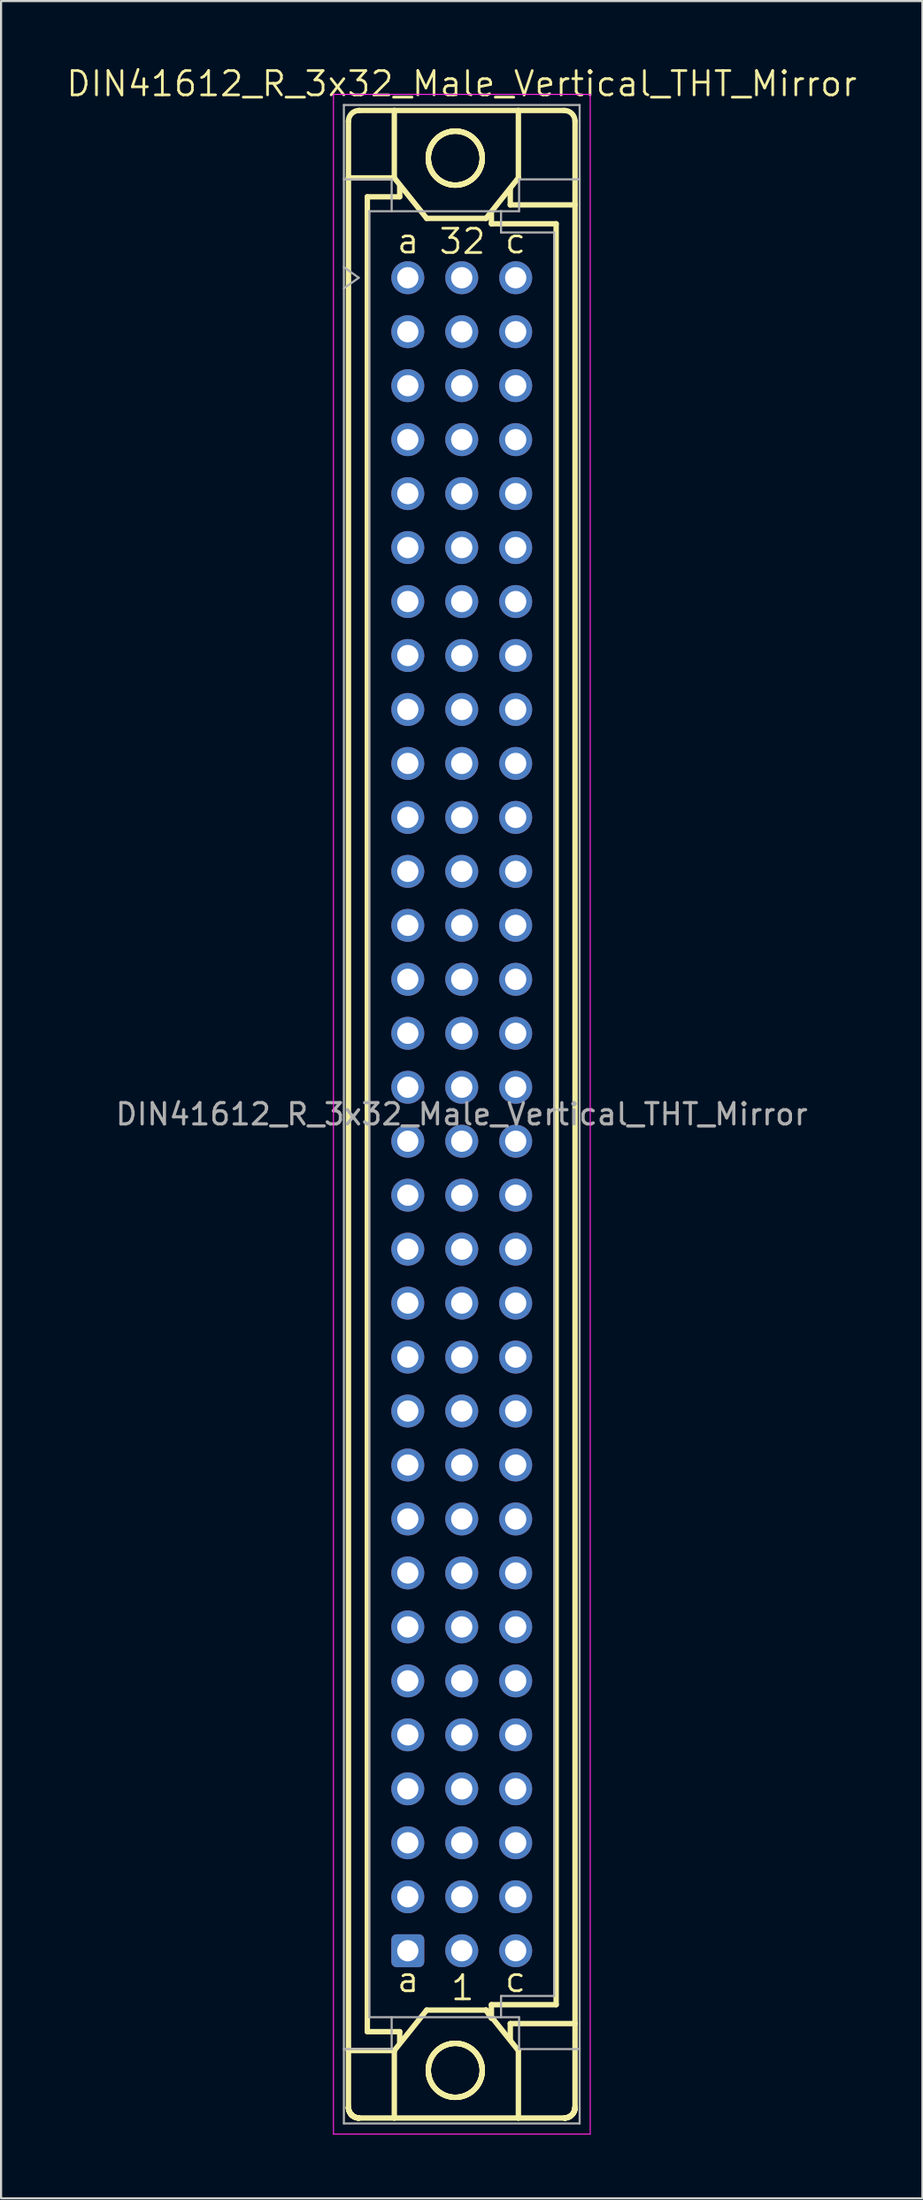
<source format=kicad_pcb>
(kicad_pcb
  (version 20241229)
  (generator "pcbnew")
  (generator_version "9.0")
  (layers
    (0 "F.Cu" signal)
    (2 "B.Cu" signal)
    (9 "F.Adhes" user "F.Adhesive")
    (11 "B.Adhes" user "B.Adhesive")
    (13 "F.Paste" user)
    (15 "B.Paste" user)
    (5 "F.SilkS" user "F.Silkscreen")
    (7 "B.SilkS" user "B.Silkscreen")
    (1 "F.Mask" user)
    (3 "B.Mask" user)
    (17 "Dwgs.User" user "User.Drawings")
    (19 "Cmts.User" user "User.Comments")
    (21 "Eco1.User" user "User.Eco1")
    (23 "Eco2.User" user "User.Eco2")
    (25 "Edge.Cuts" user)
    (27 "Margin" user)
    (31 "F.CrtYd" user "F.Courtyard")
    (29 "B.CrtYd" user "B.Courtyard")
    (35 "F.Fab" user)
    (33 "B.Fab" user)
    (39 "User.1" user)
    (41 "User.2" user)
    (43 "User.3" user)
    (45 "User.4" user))
  (footprint "DIN41612_R_3x32_Male_Vertical_THT_Mirror"
    (layer "F.Cu")
    (at 16.151 10.022)
    (property "Reference" "DIN41612_R_3x32_Male_Vertical_THT_Mirror" (at 2.54 -9.13 0) (layer "F.SilkS") (effects (font (size 1.143 1.143) (thickness 0.127))))
    (attr through_hole)
    (fp_line (start -2.794 -4.699) (end -2.794 -7.366) (stroke (width 0.254) (type solid)) (layer "F.SilkS"))
    (fp_line (start -2.794 83.439) (end -2.794 -4.699) (stroke (width 0.254) (type solid)) (layer "F.SilkS"))
    (fp_line (start -2.794 86.106) (end -2.794 83.439) (stroke (width 0.254) (type solid)) (layer "F.SilkS"))
    (fp_line (start -2.794 86.106) (end -2.794 86.12) (stroke (width 0.254) (type solid)) (layer "F.SilkS"))
    (fp_line (start -2.794 86.12) (end -2.793 86.134) (stroke (width 0.254) (type solid)) (layer "F.SilkS"))
    (fp_line (start -2.793 86.134) (end -2.792 86.148) (stroke (width 0.254) (type solid)) (layer "F.SilkS"))
    (fp_line (start -2.792 86.148) (end -2.791 86.162) (stroke (width 0.254) (type solid)) (layer "F.SilkS"))
    (fp_line (start -2.791 86.162) (end -2.789 86.176) (stroke (width 0.254) (type solid)) (layer "F.SilkS"))
    (fp_line (start -2.789 86.176) (end -2.787 86.19) (stroke (width 0.254) (type solid)) (layer "F.SilkS"))
    (fp_line (start -2.787 86.19) (end -2.785 86.203) (stroke (width 0.254) (type solid)) (layer "F.SilkS"))
    (fp_line (start -2.785 86.203) (end -2.782 86.217) (stroke (width 0.254) (type solid)) (layer "F.SilkS"))
    (fp_line (start -2.782 86.217) (end -2.779 86.231) (stroke (width 0.254) (type solid)) (layer "F.SilkS"))
    (fp_line (start -2.779 86.231) (end -2.775 86.244) (stroke (width 0.254) (type solid)) (layer "F.SilkS"))
    (fp_line (start -2.775 86.244) (end -2.771 86.258) (stroke (width 0.254) (type solid)) (layer "F.SilkS"))
    (fp_line (start -2.771 86.258) (end -2.767 86.271) (stroke (width 0.254) (type solid)) (layer "F.SilkS"))
    (fp_line (start -2.767 86.271) (end -2.762 86.284) (stroke (width 0.254) (type solid)) (layer "F.SilkS"))
    (fp_line (start -2.762 86.284) (end -2.757 86.297) (stroke (width 0.254) (type solid)) (layer "F.SilkS"))
    (fp_line (start -2.757 86.297) (end -2.751 86.31) (stroke (width 0.254) (type solid)) (layer "F.SilkS"))
    (fp_line (start -2.751 86.31) (end -2.745 86.323) (stroke (width 0.254) (type solid)) (layer "F.SilkS"))
    (fp_line (start -2.745 86.323) (end -2.739 86.335) (stroke (width 0.254) (type solid)) (layer "F.SilkS"))
    (fp_line (start -2.739 86.335) (end -2.733 86.348) (stroke (width 0.254) (type solid)) (layer "F.SilkS"))
    (fp_line (start -2.733 86.348) (end -2.726 86.36) (stroke (width 0.254) (type solid)) (layer "F.SilkS"))
    (fp_line (start -2.726 86.36) (end -2.719 86.372) (stroke (width 0.254) (type solid)) (layer "F.SilkS"))
    (fp_line (start -2.719 86.372) (end -2.711 86.384) (stroke (width 0.254) (type solid)) (layer "F.SilkS"))
    (fp_line (start -2.711 86.384) (end -2.704 86.395) (stroke (width 0.254) (type solid)) (layer "F.SilkS"))
    (fp_line (start -2.704 86.395) (end -2.695 86.407) (stroke (width 0.254) (type solid)) (layer "F.SilkS"))
    (fp_line (start -2.695 86.407) (end -2.687 86.418) (stroke (width 0.254) (type solid)) (layer "F.SilkS"))
    (fp_line (start -2.687 86.418) (end -2.678 86.429) (stroke (width 0.254) (type solid)) (layer "F.SilkS"))
    (fp_line (start -2.678 86.429) (end -2.669 86.44) (stroke (width 0.254) (type solid)) (layer "F.SilkS"))
    (fp_line (start -2.669 86.44) (end -2.66 86.45) (stroke (width 0.254) (type solid)) (layer "F.SilkS"))
    (fp_line (start -2.66 86.45) (end -2.65 86.46) (stroke (width 0.254) (type solid)) (layer "F.SilkS"))
    (fp_line (start -2.65 86.46) (end -2.64 86.47) (stroke (width 0.254) (type solid)) (layer "F.SilkS"))
    (fp_line (start -2.64 86.47) (end -2.63 86.48) (stroke (width 0.254) (type solid)) (layer "F.SilkS"))
    (fp_line (start -2.63 86.48) (end -2.62 86.489) (stroke (width 0.254) (type solid)) (layer "F.SilkS"))
    (fp_line (start -2.62 86.489) (end -2.609 86.498) (stroke (width 0.254) (type solid)) (layer "F.SilkS"))
    (fp_line (start -2.609 86.498) (end -2.598 86.507) (stroke (width 0.254) (type solid)) (layer "F.SilkS"))
    (fp_line (start -2.598 86.507) (end -2.587 86.515) (stroke (width 0.254) (type solid)) (layer "F.SilkS"))
    (fp_line (start -2.587 86.515) (end -2.575 86.523) (stroke (width 0.254) (type solid)) (layer "F.SilkS"))
    (fp_line (start -2.575 86.523) (end -2.564 86.531) (stroke (width 0.254) (type solid)) (layer "F.SilkS"))
    (fp_line (start -2.564 86.531) (end -2.552 86.539) (stroke (width 0.254) (type solid)) (layer "F.SilkS"))
    (fp_line (start -2.552 86.539) (end -2.54 86.546) (stroke (width 0.254) (type solid)) (layer "F.SilkS"))
    (fp_line (start -2.54 86.546) (end -2.528 86.553) (stroke (width 0.254) (type solid)) (layer "F.SilkS"))
    (fp_line (start -2.528 86.553) (end -2.515 86.559) (stroke (width 0.254) (type solid)) (layer "F.SilkS"))
    (fp_line (start -2.515 86.559) (end -2.503 86.565) (stroke (width 0.254) (type solid)) (layer "F.SilkS"))
    (fp_line (start -2.503 86.565) (end -2.49 86.571) (stroke (width 0.254) (type solid)) (layer "F.SilkS"))
    (fp_line (start -2.49 86.571) (end -2.477 86.577) (stroke (width 0.254) (type solid)) (layer "F.SilkS"))
    (fp_line (start -2.477 86.577) (end -2.464 86.582) (stroke (width 0.254) (type solid)) (layer "F.SilkS"))
    (fp_line (start -2.464 86.582) (end -2.451 86.587) (stroke (width 0.254) (type solid)) (layer "F.SilkS"))
    (fp_line (start -2.451 86.587) (end -2.438 86.591) (stroke (width 0.254) (type solid)) (layer "F.SilkS"))
    (fp_line (start -2.438 86.591) (end -2.424 86.595) (stroke (width 0.254) (type solid)) (layer "F.SilkS"))
    (fp_line (start -2.424 86.595) (end -2.411 86.599) (stroke (width 0.254) (type solid)) (layer "F.SilkS"))
    (fp_line (start -2.411 86.599) (end -2.397 86.602) (stroke (width 0.254) (type solid)) (layer "F.SilkS"))
    (fp_line (start -2.397 86.602) (end -2.383 86.605) (stroke (width 0.254) (type solid)) (layer "F.SilkS"))
    (fp_line (start -2.383 86.605) (end -2.37 86.607) (stroke (width 0.254) (type solid)) (layer "F.SilkS"))
    (fp_line (start -2.37 86.607) (end -2.356 86.609) (stroke (width 0.254) (type solid)) (layer "F.SilkS"))
    (fp_line (start -2.356 86.609) (end -2.342 86.611) (stroke (width 0.254) (type solid)) (layer "F.SilkS"))
    (fp_line (start -2.342 86.611) (end -2.328 86.612) (stroke (width 0.254) (type solid)) (layer "F.SilkS"))
    (fp_line (start -2.328 86.612) (end -2.314 86.613) (stroke (width 0.254) (type solid)) (layer "F.SilkS"))
    (fp_line (start -2.314 86.613) (end -2.3 86.614) (stroke (width 0.254) (type solid)) (layer "F.SilkS"))
    (fp_line (start -2.3 86.614) (end -2.286 86.614) (stroke (width 0.254) (type solid)) (layer "F.SilkS"))
    (fp_line (start -1.905 82.55) (end -1.905 -3.81) (stroke (width 0.254) (type solid)) (layer "F.SilkS"))
    (fp_line (start -0.635 -7.874) (end -2.286 -7.874) (stroke (width 0.254) (type solid)) (layer "F.SilkS"))
    (fp_line (start -0.635 -7.874) (end -0.635 -4.699) (stroke (width 0.254) (type solid)) (layer "F.SilkS"))
    (fp_line (start -0.635 -4.699) (end -2.794 -4.699) (stroke (width 0.254) (type solid)) (layer "F.SilkS"))
    (fp_line (start -0.635 -4.699) (end 0.889 -2.794) (stroke (width 0.254) (type solid)) (layer "F.SilkS"))
    (fp_line (start -0.635 83.439) (end -2.794 83.439) (stroke (width 0.254) (type solid)) (layer "F.SilkS"))
    (fp_line (start -0.635 83.439) (end -0.635 86.614) (stroke (width 0.254) (type solid)) (layer "F.SilkS"))
    (fp_line (start -0.635 83.439) (end 0.889 81.534) (stroke (width 0.254) (type solid)) (layer "F.SilkS"))
    (fp_line (start -0.635 86.614) (end -2.286 86.614) (stroke (width 0.254) (type solid)) (layer "F.SilkS"))
    (fp_line (start -0.635 86.614) (end 5.207 86.614) (stroke (width 0.254) (type solid)) (layer "F.SilkS"))
    (fp_line (start -0.381 -3.81) (end -1.905 -3.81) (stroke (width 0.254) (type solid)) (layer "F.SilkS"))
    (fp_line (start -0.381 -3.81) (end -0.381 -4.318) (stroke (width 0.254) (type solid)) (layer "F.SilkS"))
    (fp_line (start -0.381 82.55) (end -1.905 82.55) (stroke (width 0.254) (type solid)) (layer "F.SilkS"))
    (fp_line (start -0.381 83.058) (end -0.381 82.55) (stroke (width 0.254) (type solid)) (layer "F.SilkS"))
    (fp_line (start 0.965 -5.63) (end 0.966 -5.599) (stroke (width 0.254) (type solid)) (layer "F.SilkS"))
    (fp_line (start 0.965 84.37) (end 0.966 84.401) (stroke (width 0.254) (type solid)) (layer "F.SilkS"))
    (fp_line (start 0.966 -5.661) (end 0.965 -5.63) (stroke (width 0.254) (type solid)) (layer "F.SilkS"))
    (fp_line (start 0.966 -5.599) (end 0.967 -5.568) (stroke (width 0.254) (type solid)) (layer "F.SilkS"))
    (fp_line (start 0.966 84.339) (end 0.965 84.37) (stroke (width 0.254) (type solid)) (layer "F.SilkS"))
    (fp_line (start 0.966 84.401) (end 0.967 84.432) (stroke (width 0.254) (type solid)) (layer "F.SilkS"))
    (fp_line (start 0.967 -5.692) (end 0.966 -5.661) (stroke (width 0.254) (type solid)) (layer "F.SilkS"))
    (fp_line (start 0.967 -5.568) (end 0.969 -5.537) (stroke (width 0.254) (type solid)) (layer "F.SilkS"))
    (fp_line (start 0.967 84.308) (end 0.966 84.339) (stroke (width 0.254) (type solid)) (layer "F.SilkS"))
    (fp_line (start 0.967 84.432) (end 0.969 84.463) (stroke (width 0.254) (type solid)) (layer "F.SilkS"))
    (fp_line (start 0.969 -5.723) (end 0.967 -5.692) (stroke (width 0.254) (type solid)) (layer "F.SilkS"))
    (fp_line (start 0.969 -5.537) (end 0.971 -5.505) (stroke (width 0.254) (type solid)) (layer "F.SilkS"))
    (fp_line (start 0.969 84.276) (end 0.967 84.308) (stroke (width 0.254) (type solid)) (layer "F.SilkS"))
    (fp_line (start 0.969 84.463) (end 0.971 84.494) (stroke (width 0.254) (type solid)) (layer "F.SilkS"))
    (fp_line (start 0.971 -5.754) (end 0.969 -5.723) (stroke (width 0.254) (type solid)) (layer "F.SilkS"))
    (fp_line (start 0.971 -5.505) (end 0.975 -5.474) (stroke (width 0.254) (type solid)) (layer "F.SilkS"))
    (fp_line (start 0.971 84.245) (end 0.969 84.276) (stroke (width 0.254) (type solid)) (layer "F.SilkS"))
    (fp_line (start 0.971 84.494) (end 0.975 84.525) (stroke (width 0.254) (type solid)) (layer "F.SilkS"))
    (fp_line (start 0.975 -5.785) (end 0.971 -5.754) (stroke (width 0.254) (type solid)) (layer "F.SilkS"))
    (fp_line (start 0.975 -5.474) (end 0.979 -5.444) (stroke (width 0.254) (type solid)) (layer "F.SilkS"))
    (fp_line (start 0.975 84.214) (end 0.971 84.245) (stroke (width 0.254) (type solid)) (layer "F.SilkS"))
    (fp_line (start 0.975 84.525) (end 0.979 84.556) (stroke (width 0.254) (type solid)) (layer "F.SilkS"))
    (fp_line (start 0.979 -5.816) (end 0.975 -5.785) (stroke (width 0.254) (type solid)) (layer "F.SilkS"))
    (fp_line (start 0.979 -5.444) (end 0.984 -5.413) (stroke (width 0.254) (type solid)) (layer "F.SilkS"))
    (fp_line (start 0.979 84.184) (end 0.975 84.214) (stroke (width 0.254) (type solid)) (layer "F.SilkS"))
    (fp_line (start 0.979 84.556) (end 0.984 84.587) (stroke (width 0.254) (type solid)) (layer "F.SilkS"))
    (fp_line (start 0.984 -5.847) (end 0.979 -5.816) (stroke (width 0.254) (type solid)) (layer "F.SilkS"))
    (fp_line (start 0.984 -5.413) (end 0.99 -5.382) (stroke (width 0.254) (type solid)) (layer "F.SilkS"))
    (fp_line (start 0.984 84.153) (end 0.979 84.184) (stroke (width 0.254) (type solid)) (layer "F.SilkS"))
    (fp_line (start 0.984 84.587) (end 0.99 84.618) (stroke (width 0.254) (type solid)) (layer "F.SilkS"))
    (fp_line (start 0.99 -5.878) (end 0.984 -5.847) (stroke (width 0.254) (type solid)) (layer "F.SilkS"))
    (fp_line (start 0.99 -5.382) (end 0.996 -5.352) (stroke (width 0.254) (type solid)) (layer "F.SilkS"))
    (fp_line (start 0.99 84.122) (end 0.984 84.153) (stroke (width 0.254) (type solid)) (layer "F.SilkS"))
    (fp_line (start 0.99 84.618) (end 0.996 84.648) (stroke (width 0.254) (type solid)) (layer "F.SilkS"))
    (fp_line (start 0.996 -5.908) (end 0.99 -5.878) (stroke (width 0.254) (type solid)) (layer "F.SilkS"))
    (fp_line (start 0.996 -5.352) (end 1.003 -5.321) (stroke (width 0.254) (type solid)) (layer "F.SilkS"))
    (fp_line (start 0.996 84.092) (end 0.99 84.122) (stroke (width 0.254) (type solid)) (layer "F.SilkS"))
    (fp_line (start 0.996 84.648) (end 1.003 84.678) (stroke (width 0.254) (type solid)) (layer "F.SilkS"))
    (fp_line (start 1.003 -5.939) (end 0.996 -5.908) (stroke (width 0.254) (type solid)) (layer "F.SilkS"))
    (fp_line (start 1.003 -5.321) (end 1.011 -5.291) (stroke (width 0.254) (type solid)) (layer "F.SilkS"))
    (fp_line (start 1.003 84.061) (end 0.996 84.092) (stroke (width 0.254) (type solid)) (layer "F.SilkS"))
    (fp_line (start 1.003 84.678) (end 1.011 84.709) (stroke (width 0.254) (type solid)) (layer "F.SilkS"))
    (fp_line (start 1.011 -5.969) (end 1.003 -5.939) (stroke (width 0.254) (type solid)) (layer "F.SilkS"))
    (fp_line (start 1.011 -5.291) (end 1.02 -5.261) (stroke (width 0.254) (type solid)) (layer "F.SilkS"))
    (fp_line (start 1.011 84.031) (end 1.003 84.061) (stroke (width 0.254) (type solid)) (layer "F.SilkS"))
    (fp_line (start 1.011 84.709) (end 1.02 84.739) (stroke (width 0.254) (type solid)) (layer "F.SilkS"))
    (fp_line (start 1.02 -5.999) (end 1.011 -5.969) (stroke (width 0.254) (type solid)) (layer "F.SilkS"))
    (fp_line (start 1.02 -5.261) (end 1.029 -5.231) (stroke (width 0.254) (type solid)) (layer "F.SilkS"))
    (fp_line (start 1.02 84.001) (end 1.011 84.031) (stroke (width 0.254) (type solid)) (layer "F.SilkS"))
    (fp_line (start 1.02 84.739) (end 1.029 84.768) (stroke (width 0.254) (type solid)) (layer "F.SilkS"))
    (fp_line (start 1.029 -6.028) (end 1.02 -5.999) (stroke (width 0.254) (type solid)) (layer "F.SilkS"))
    (fp_line (start 1.029 -5.231) (end 1.039 -5.202) (stroke (width 0.254) (type solid)) (layer "F.SilkS"))
    (fp_line (start 1.029 83.972) (end 1.02 84.001) (stroke (width 0.254) (type solid)) (layer "F.SilkS"))
    (fp_line (start 1.029 84.768) (end 1.039 84.798) (stroke (width 0.254) (type solid)) (layer "F.SilkS"))
    (fp_line (start 1.039 -6.058) (end 1.029 -6.028) (stroke (width 0.254) (type solid)) (layer "F.SilkS"))
    (fp_line (start 1.039 -5.202) (end 1.05 -5.173) (stroke (width 0.254) (type solid)) (layer "F.SilkS"))
    (fp_line (start 1.039 83.942) (end 1.029 83.972) (stroke (width 0.254) (type solid)) (layer "F.SilkS"))
    (fp_line (start 1.039 84.798) (end 1.05 84.827) (stroke (width 0.254) (type solid)) (layer "F.SilkS"))
    (fp_line (start 1.05 -6.087) (end 1.039 -6.058) (stroke (width 0.254) (type solid)) (layer "F.SilkS"))
    (fp_line (start 1.05 -5.173) (end 1.062 -5.144) (stroke (width 0.254) (type solid)) (layer "F.SilkS"))
    (fp_line (start 1.05 83.913) (end 1.039 83.942) (stroke (width 0.254) (type solid)) (layer "F.SilkS"))
    (fp_line (start 1.05 84.827) (end 1.062 84.856) (stroke (width 0.254) (type solid)) (layer "F.SilkS"))
    (fp_line (start 1.062 -6.116) (end 1.05 -6.087) (stroke (width 0.254) (type solid)) (layer "F.SilkS"))
    (fp_line (start 1.062 -5.144) (end 1.074 -5.115) (stroke (width 0.254) (type solid)) (layer "F.SilkS"))
    (fp_line (start 1.062 83.884) (end 1.05 83.913) (stroke (width 0.254) (type solid)) (layer "F.SilkS"))
    (fp_line (start 1.062 84.856) (end 1.074 84.885) (stroke (width 0.254) (type solid)) (layer "F.SilkS"))
    (fp_line (start 1.074 -6.145) (end 1.062 -6.116) (stroke (width 0.254) (type solid)) (layer "F.SilkS"))
    (fp_line (start 1.074 -5.115) (end 1.087 -5.087) (stroke (width 0.254) (type solid)) (layer "F.SilkS"))
    (fp_line (start 1.074 83.855) (end 1.062 83.884) (stroke (width 0.254) (type solid)) (layer "F.SilkS"))
    (fp_line (start 1.074 84.885) (end 1.087 84.913) (stroke (width 0.254) (type solid)) (layer "F.SilkS"))
    (fp_line (start 1.087 -6.173) (end 1.074 -6.145) (stroke (width 0.254) (type solid)) (layer "F.SilkS"))
    (fp_line (start 1.087 -5.087) (end 1.101 -5.059) (stroke (width 0.254) (type solid)) (layer "F.SilkS"))
    (fp_line (start 1.087 83.827) (end 1.074 83.855) (stroke (width 0.254) (type solid)) (layer "F.SilkS"))
    (fp_line (start 1.087 84.913) (end 1.101 84.941) (stroke (width 0.254) (type solid)) (layer "F.SilkS"))
    (fp_line (start 1.101 -6.201) (end 1.087 -6.173) (stroke (width 0.254) (type solid)) (layer "F.SilkS"))
    (fp_line (start 1.101 -5.059) (end 1.115 -5.031) (stroke (width 0.254) (type solid)) (layer "F.SilkS"))
    (fp_line (start 1.101 83.799) (end 1.087 83.827) (stroke (width 0.254) (type solid)) (layer "F.SilkS"))
    (fp_line (start 1.101 84.941) (end 1.115 84.969) (stroke (width 0.254) (type solid)) (layer "F.SilkS"))
    (fp_line (start 1.115 -6.229) (end 1.101 -6.201) (stroke (width 0.254) (type solid)) (layer "F.SilkS"))
    (fp_line (start 1.115 -5.031) (end 1.13 -5.004) (stroke (width 0.254) (type solid)) (layer "F.SilkS"))
    (fp_line (start 1.115 83.771) (end 1.101 83.799) (stroke (width 0.254) (type solid)) (layer "F.SilkS"))
    (fp_line (start 1.115 84.969) (end 1.13 84.996) (stroke (width 0.254) (type solid)) (layer "F.SilkS"))
    (fp_line (start 1.13 -6.256) (end 1.115 -6.229) (stroke (width 0.254) (type solid)) (layer "F.SilkS"))
    (fp_line (start 1.13 -5.004) (end 1.146 -4.977) (stroke (width 0.254) (type solid)) (layer "F.SilkS"))
    (fp_line (start 1.13 83.744) (end 1.115 83.771) (stroke (width 0.254) (type solid)) (layer "F.SilkS"))
    (fp_line (start 1.13 84.996) (end 1.146 85.023) (stroke (width 0.254) (type solid)) (layer "F.SilkS"))
    (fp_line (start 1.146 -6.283) (end 1.13 -6.256) (stroke (width 0.254) (type solid)) (layer "F.SilkS"))
    (fp_line (start 1.146 -4.977) (end 1.162 -4.95) (stroke (width 0.254) (type solid)) (layer "F.SilkS"))
    (fp_line (start 1.146 83.717) (end 1.13 83.744) (stroke (width 0.254) (type solid)) (layer "F.SilkS"))
    (fp_line (start 1.146 85.023) (end 1.162 85.049) (stroke (width 0.254) (type solid)) (layer "F.SilkS"))
    (fp_line (start 1.162 -6.309) (end 1.146 -6.283) (stroke (width 0.254) (type solid)) (layer "F.SilkS"))
    (fp_line (start 1.162 -4.95) (end 1.179 -4.924) (stroke (width 0.254) (type solid)) (layer "F.SilkS"))
    (fp_line (start 1.162 83.691) (end 1.146 83.717) (stroke (width 0.254) (type solid)) (layer "F.SilkS"))
    (fp_line (start 1.162 85.049) (end 1.179 85.076) (stroke (width 0.254) (type solid)) (layer "F.SilkS"))
    (fp_line (start 1.179 -6.335) (end 1.162 -6.309) (stroke (width 0.254) (type solid)) (layer "F.SilkS"))
    (fp_line (start 1.179 -4.924) (end 1.197 -4.899) (stroke (width 0.254) (type solid)) (layer "F.SilkS"))
    (fp_line (start 1.179 83.664) (end 1.162 83.691) (stroke (width 0.254) (type solid)) (layer "F.SilkS"))
    (fp_line (start 1.179 85.076) (end 1.197 85.101) (stroke (width 0.254) (type solid)) (layer "F.SilkS"))
    (fp_line (start 1.197 -6.361) (end 1.179 -6.335) (stroke (width 0.254) (type solid)) (layer "F.SilkS"))
    (fp_line (start 1.197 -4.899) (end 1.215 -4.873) (stroke (width 0.254) (type solid)) (layer "F.SilkS"))
    (fp_line (start 1.197 83.639) (end 1.179 83.664) (stroke (width 0.254) (type solid)) (layer "F.SilkS"))
    (fp_line (start 1.197 85.101) (end 1.215 85.126) (stroke (width 0.254) (type solid)) (layer "F.SilkS"))
    (fp_line (start 1.215 -6.386) (end 1.197 -6.361) (stroke (width 0.254) (type solid)) (layer "F.SilkS"))
    (fp_line (start 1.215 -4.873) (end 1.234 -4.849) (stroke (width 0.254) (type solid)) (layer "F.SilkS"))
    (fp_line (start 1.215 83.613) (end 1.197 83.639) (stroke (width 0.254) (type solid)) (layer "F.SilkS"))
    (fp_line (start 1.215 85.126) (end 1.234 85.151) (stroke (width 0.254) (type solid)) (layer "F.SilkS"))
    (fp_line (start 1.234 -6.411) (end 1.215 -6.386) (stroke (width 0.254) (type solid)) (layer "F.SilkS"))
    (fp_line (start 1.234 -4.849) (end 1.254 -4.824) (stroke (width 0.254) (type solid)) (layer "F.SilkS"))
    (fp_line (start 1.234 83.589) (end 1.215 83.613) (stroke (width 0.254) (type solid)) (layer "F.SilkS"))
    (fp_line (start 1.234 85.151) (end 1.254 85.176) (stroke (width 0.254) (type solid)) (layer "F.SilkS"))
    (fp_line (start 1.254 -6.436) (end 1.234 -6.411) (stroke (width 0.254) (type solid)) (layer "F.SilkS"))
    (fp_line (start 1.254 -4.824) (end 1.274 -4.8) (stroke (width 0.254) (type solid)) (layer "F.SilkS"))
    (fp_line (start 1.254 83.564) (end 1.234 83.589) (stroke (width 0.254) (type solid)) (layer "F.SilkS"))
    (fp_line (start 1.254 85.176) (end 1.274 85.199) (stroke (width 0.254) (type solid)) (layer "F.SilkS"))
    (fp_line (start 1.274 -6.459) (end 1.254 -6.436) (stroke (width 0.254) (type solid)) (layer "F.SilkS"))
    (fp_line (start 1.274 -4.8) (end 1.294 -4.777) (stroke (width 0.254) (type solid)) (layer "F.SilkS"))
    (fp_line (start 1.274 83.54) (end 1.254 83.564) (stroke (width 0.254) (type solid)) (layer "F.SilkS"))
    (fp_line (start 1.274 85.199) (end 1.294 85.223) (stroke (width 0.254) (type solid)) (layer "F.SilkS"))
    (fp_line (start 1.294 -6.483) (end 1.274 -6.459) (stroke (width 0.254) (type solid)) (layer "F.SilkS"))
    (fp_line (start 1.294 -4.777) (end 1.315 -4.754) (stroke (width 0.254) (type solid)) (layer "F.SilkS"))
    (fp_line (start 1.294 83.517) (end 1.274 83.54) (stroke (width 0.254) (type solid)) (layer "F.SilkS"))
    (fp_line (start 1.294 85.223) (end 1.315 85.246) (stroke (width 0.254) (type solid)) (layer "F.SilkS"))
    (fp_line (start 1.315 -6.506) (end 1.294 -6.483) (stroke (width 0.254) (type solid)) (layer "F.SilkS"))
    (fp_line (start 1.315 -4.754) (end 1.337 -4.732) (stroke (width 0.254) (type solid)) (layer "F.SilkS"))
    (fp_line (start 1.315 83.494) (end 1.294 83.517) (stroke (width 0.254) (type solid)) (layer "F.SilkS"))
    (fp_line (start 1.315 85.246) (end 1.337 85.268) (stroke (width 0.254) (type solid)) (layer "F.SilkS"))
    (fp_line (start 1.337 -6.528) (end 1.315 -6.506) (stroke (width 0.254) (type solid)) (layer "F.SilkS"))
    (fp_line (start 1.337 -4.732) (end 1.359 -4.71) (stroke (width 0.254) (type solid)) (layer "F.SilkS"))
    (fp_line (start 1.337 83.472) (end 1.315 83.494) (stroke (width 0.254) (type solid)) (layer "F.SilkS"))
    (fp_line (start 1.337 85.268) (end 1.359 85.29) (stroke (width 0.254) (type solid)) (layer "F.SilkS"))
    (fp_line (start 1.359 -6.55) (end 1.337 -6.528) (stroke (width 0.254) (type solid)) (layer "F.SilkS"))
    (fp_line (start 1.359 -4.71) (end 1.382 -4.689) (stroke (width 0.254) (type solid)) (layer "F.SilkS"))
    (fp_line (start 1.359 83.45) (end 1.337 83.472) (stroke (width 0.254) (type solid)) (layer "F.SilkS"))
    (fp_line (start 1.359 85.29) (end 1.382 85.311) (stroke (width 0.254) (type solid)) (layer "F.SilkS"))
    (fp_line (start 1.382 -6.571) (end 1.359 -6.55) (stroke (width 0.254) (type solid)) (layer "F.SilkS"))
    (fp_line (start 1.382 -4.689) (end 1.406 -4.668) (stroke (width 0.254) (type solid)) (layer "F.SilkS"))
    (fp_line (start 1.382 83.429) (end 1.359 83.45) (stroke (width 0.254) (type solid)) (layer "F.SilkS"))
    (fp_line (start 1.382 85.311) (end 1.406 85.332) (stroke (width 0.254) (type solid)) (layer "F.SilkS"))
    (fp_line (start 1.406 -6.592) (end 1.382 -6.571) (stroke (width 0.254) (type solid)) (layer "F.SilkS"))
    (fp_line (start 1.406 -4.668) (end 1.429 -4.648) (stroke (width 0.254) (type solid)) (layer "F.SilkS"))
    (fp_line (start 1.406 83.408) (end 1.382 83.429) (stroke (width 0.254) (type solid)) (layer "F.SilkS"))
    (fp_line (start 1.406 85.332) (end 1.429 85.352) (stroke (width 0.254) (type solid)) (layer "F.SilkS"))
    (fp_line (start 1.429 -6.612) (end 1.406 -6.592) (stroke (width 0.254) (type solid)) (layer "F.SilkS"))
    (fp_line (start 1.429 -4.648) (end 1.454 -4.629) (stroke (width 0.254) (type solid)) (layer "F.SilkS"))
    (fp_line (start 1.429 83.388) (end 1.406 83.408) (stroke (width 0.254) (type solid)) (layer "F.SilkS"))
    (fp_line (start 1.429 85.352) (end 1.454 85.371) (stroke (width 0.254) (type solid)) (layer "F.SilkS"))
    (fp_line (start 1.454 -6.631) (end 1.429 -6.612) (stroke (width 0.254) (type solid)) (layer "F.SilkS"))
    (fp_line (start 1.454 -4.629) (end 1.479 -4.61) (stroke (width 0.254) (type solid)) (layer "F.SilkS"))
    (fp_line (start 1.454 83.369) (end 1.429 83.388) (stroke (width 0.254) (type solid)) (layer "F.SilkS"))
    (fp_line (start 1.454 85.371) (end 1.479 85.39) (stroke (width 0.254) (type solid)) (layer "F.SilkS"))
    (fp_line (start 1.479 -6.65) (end 1.454 -6.631) (stroke (width 0.254) (type solid)) (layer "F.SilkS"))
    (fp_line (start 1.479 -4.61) (end 1.504 -4.592) (stroke (width 0.254) (type solid)) (layer "F.SilkS"))
    (fp_line (start 1.479 83.35) (end 1.454 83.369) (stroke (width 0.254) (type solid)) (layer "F.SilkS"))
    (fp_line (start 1.479 85.39) (end 1.504 85.408) (stroke (width 0.254) (type solid)) (layer "F.SilkS"))
    (fp_line (start 1.504 -6.668) (end 1.479 -6.65) (stroke (width 0.254) (type solid)) (layer "F.SilkS"))
    (fp_line (start 1.504 -4.592) (end 1.53 -4.574) (stroke (width 0.254) (type solid)) (layer "F.SilkS"))
    (fp_line (start 1.504 83.332) (end 1.479 83.35) (stroke (width 0.254) (type solid)) (layer "F.SilkS"))
    (fp_line (start 1.504 85.408) (end 1.53 85.426) (stroke (width 0.254) (type solid)) (layer "F.SilkS"))
    (fp_line (start 1.53 -6.686) (end 1.504 -6.668) (stroke (width 0.254) (type solid)) (layer "F.SilkS"))
    (fp_line (start 1.53 -4.574) (end 1.556 -4.557) (stroke (width 0.254) (type solid)) (layer "F.SilkS"))
    (fp_line (start 1.53 83.314) (end 1.504 83.332) (stroke (width 0.254) (type solid)) (layer "F.SilkS"))
    (fp_line (start 1.53 85.426) (end 1.556 85.443) (stroke (width 0.254) (type solid)) (layer "F.SilkS"))
    (fp_line (start 1.556 -6.703) (end 1.53 -6.686) (stroke (width 0.254) (type solid)) (layer "F.SilkS"))
    (fp_line (start 1.556 -4.557) (end 1.582 -4.541) (stroke (width 0.254) (type solid)) (layer "F.SilkS"))
    (fp_line (start 1.556 83.297) (end 1.53 83.314) (stroke (width 0.254) (type solid)) (layer "F.SilkS"))
    (fp_line (start 1.556 85.443) (end 1.582 85.459) (stroke (width 0.254) (type solid)) (layer "F.SilkS"))
    (fp_line (start 1.582 -6.719) (end 1.556 -6.703) (stroke (width 0.254) (type solid)) (layer "F.SilkS"))
    (fp_line (start 1.582 -4.541) (end 1.609 -4.525) (stroke (width 0.254) (type solid)) (layer "F.SilkS"))
    (fp_line (start 1.582 83.281) (end 1.556 83.297) (stroke (width 0.254) (type solid)) (layer "F.SilkS"))
    (fp_line (start 1.582 85.459) (end 1.609 85.475) (stroke (width 0.254) (type solid)) (layer "F.SilkS"))
    (fp_line (start 1.609 -6.735) (end 1.582 -6.719) (stroke (width 0.254) (type solid)) (layer "F.SilkS"))
    (fp_line (start 1.609 -4.525) (end 1.637 -4.51) (stroke (width 0.254) (type solid)) (layer "F.SilkS"))
    (fp_line (start 1.609 83.265) (end 1.582 83.281) (stroke (width 0.254) (type solid)) (layer "F.SilkS"))
    (fp_line (start 1.609 85.475) (end 1.637 85.49) (stroke (width 0.254) (type solid)) (layer "F.SilkS"))
    (fp_line (start 1.637 -6.75) (end 1.609 -6.735) (stroke (width 0.254) (type solid)) (layer "F.SilkS"))
    (fp_line (start 1.637 -4.51) (end 1.664 -4.495) (stroke (width 0.254) (type solid)) (layer "F.SilkS"))
    (fp_line (start 1.637 83.25) (end 1.609 83.265) (stroke (width 0.254) (type solid)) (layer "F.SilkS"))
    (fp_line (start 1.637 85.49) (end 1.664 85.504) (stroke (width 0.254) (type solid)) (layer "F.SilkS"))
    (fp_line (start 1.664 -6.764) (end 1.637 -6.75) (stroke (width 0.254) (type solid)) (layer "F.SilkS"))
    (fp_line (start 1.664 -4.495) (end 1.692 -4.482) (stroke (width 0.254) (type solid)) (layer "F.SilkS"))
    (fp_line (start 1.664 83.236) (end 1.637 83.25) (stroke (width 0.254) (type solid)) (layer "F.SilkS"))
    (fp_line (start 1.664 85.504) (end 1.692 85.518) (stroke (width 0.254) (type solid)) (layer "F.SilkS"))
    (fp_line (start 1.692 -6.778) (end 1.664 -6.764) (stroke (width 0.254) (type solid)) (layer "F.SilkS"))
    (fp_line (start 1.692 -4.482) (end 1.72 -4.469) (stroke (width 0.254) (type solid)) (layer "F.SilkS"))
    (fp_line (start 1.692 83.222) (end 1.664 83.236) (stroke (width 0.254) (type solid)) (layer "F.SilkS"))
    (fp_line (start 1.692 85.518) (end 1.72 85.531) (stroke (width 0.254) (type solid)) (layer "F.SilkS"))
    (fp_line (start 1.72 -6.791) (end 1.692 -6.778) (stroke (width 0.254) (type solid)) (layer "F.SilkS"))
    (fp_line (start 1.72 -4.469) (end 1.749 -4.457) (stroke (width 0.254) (type solid)) (layer "F.SilkS"))
    (fp_line (start 1.72 83.209) (end 1.692 83.222) (stroke (width 0.254) (type solid)) (layer "F.SilkS"))
    (fp_line (start 1.72 85.531) (end 1.749 85.543) (stroke (width 0.254) (type solid)) (layer "F.SilkS"))
    (fp_line (start 1.749 -6.803) (end 1.72 -6.791) (stroke (width 0.254) (type solid)) (layer "F.SilkS"))
    (fp_line (start 1.749 -4.457) (end 1.778 -4.445) (stroke (width 0.254) (type solid)) (layer "F.SilkS"))
    (fp_line (start 1.749 83.197) (end 1.72 83.209) (stroke (width 0.254) (type solid)) (layer "F.SilkS"))
    (fp_line (start 1.749 85.543) (end 1.778 85.555) (stroke (width 0.254) (type solid)) (layer "F.SilkS"))
    (fp_line (start 1.778 -6.815) (end 1.749 -6.803) (stroke (width 0.254) (type solid)) (layer "F.SilkS"))
    (fp_line (start 1.778 -4.445) (end 1.807 -4.434) (stroke (width 0.254) (type solid)) (layer "F.SilkS"))
    (fp_line (start 1.778 83.185) (end 1.749 83.197) (stroke (width 0.254) (type solid)) (layer "F.SilkS"))
    (fp_line (start 1.778 85.555) (end 1.807 85.566) (stroke (width 0.254) (type solid)) (layer "F.SilkS"))
    (fp_line (start 1.807 -6.826) (end 1.778 -6.815) (stroke (width 0.254) (type solid)) (layer "F.SilkS"))
    (fp_line (start 1.807 -4.434) (end 1.837 -4.424) (stroke (width 0.254) (type solid)) (layer "F.SilkS"))
    (fp_line (start 1.807 83.174) (end 1.778 83.185) (stroke (width 0.254) (type solid)) (layer "F.SilkS"))
    (fp_line (start 1.807 85.566) (end 1.837 85.576) (stroke (width 0.254) (type solid)) (layer "F.SilkS"))
    (fp_line (start 1.837 -6.836) (end 1.807 -6.826) (stroke (width 0.254) (type solid)) (layer "F.SilkS"))
    (fp_line (start 1.837 -4.424) (end 1.867 -4.415) (stroke (width 0.254) (type solid)) (layer "F.SilkS"))
    (fp_line (start 1.837 83.164) (end 1.807 83.174) (stroke (width 0.254) (type solid)) (layer "F.SilkS"))
    (fp_line (start 1.837 85.576) (end 1.867 85.585) (stroke (width 0.254) (type solid)) (layer "F.SilkS"))
    (fp_line (start 1.867 -6.845) (end 1.837 -6.836) (stroke (width 0.254) (type solid)) (layer "F.SilkS"))
    (fp_line (start 1.867 -4.415) (end 1.897 -4.406) (stroke (width 0.254) (type solid)) (layer "F.SilkS"))
    (fp_line (start 1.867 83.155) (end 1.837 83.164) (stroke (width 0.254) (type solid)) (layer "F.SilkS"))
    (fp_line (start 1.867 85.585) (end 1.897 85.594) (stroke (width 0.254) (type solid)) (layer "F.SilkS"))
    (fp_line (start 1.897 -6.854) (end 1.867 -6.845) (stroke (width 0.254) (type solid)) (layer "F.SilkS"))
    (fp_line (start 1.897 -4.406) (end 1.927 -4.398) (stroke (width 0.254) (type solid)) (layer "F.SilkS"))
    (fp_line (start 1.897 83.146) (end 1.867 83.155) (stroke (width 0.254) (type solid)) (layer "F.SilkS"))
    (fp_line (start 1.897 85.594) (end 1.927 85.602) (stroke (width 0.254) (type solid)) (layer "F.SilkS"))
    (fp_line (start 1.927 -6.862) (end 1.897 -6.854) (stroke (width 0.254) (type solid)) (layer "F.SilkS"))
    (fp_line (start 1.927 -4.398) (end 1.957 -4.391) (stroke (width 0.254) (type solid)) (layer "F.SilkS"))
    (fp_line (start 1.927 83.138) (end 1.897 83.146) (stroke (width 0.254) (type solid)) (layer "F.SilkS"))
    (fp_line (start 1.927 85.602) (end 1.957 85.609) (stroke (width 0.254) (type solid)) (layer "F.SilkS"))
    (fp_line (start 1.957 -6.869) (end 1.927 -6.862) (stroke (width 0.254) (type solid)) (layer "F.SilkS"))
    (fp_line (start 1.957 -4.391) (end 1.987 -4.384) (stroke (width 0.254) (type solid)) (layer "F.SilkS"))
    (fp_line (start 1.957 83.131) (end 1.927 83.138) (stroke (width 0.254) (type solid)) (layer "F.SilkS"))
    (fp_line (start 1.957 85.609) (end 1.987 85.615) (stroke (width 0.254) (type solid)) (layer "F.SilkS"))
    (fp_line (start 1.987 -6.875) (end 1.957 -6.869) (stroke (width 0.254) (type solid)) (layer "F.SilkS"))
    (fp_line (start 1.987 -4.384) (end 2.018 -4.379) (stroke (width 0.254) (type solid)) (layer "F.SilkS"))
    (fp_line (start 1.987 83.124) (end 1.957 83.131) (stroke (width 0.254) (type solid)) (layer "F.SilkS"))
    (fp_line (start 1.987 85.615) (end 2.018 85.621) (stroke (width 0.254) (type solid)) (layer "F.SilkS"))
    (fp_line (start 2.018 -6.881) (end 1.987 -6.875) (stroke (width 0.254) (type solid)) (layer "F.SilkS"))
    (fp_line (start 2.018 -4.379) (end 2.049 -4.374) (stroke (width 0.254) (type solid)) (layer "F.SilkS"))
    (fp_line (start 2.018 83.119) (end 1.987 83.124) (stroke (width 0.254) (type solid)) (layer "F.SilkS"))
    (fp_line (start 2.018 85.621) (end 2.049 85.626) (stroke (width 0.254) (type solid)) (layer "F.SilkS"))
    (fp_line (start 2.049 -6.886) (end 2.018 -6.881) (stroke (width 0.254) (type solid)) (layer "F.SilkS"))
    (fp_line (start 2.049 -4.374) (end 2.08 -4.37) (stroke (width 0.254) (type solid)) (layer "F.SilkS"))
    (fp_line (start 2.049 83.114) (end 2.018 83.119) (stroke (width 0.254) (type solid)) (layer "F.SilkS"))
    (fp_line (start 2.049 85.626) (end 2.08 85.63) (stroke (width 0.254) (type solid)) (layer "F.SilkS"))
    (fp_line (start 2.08 -6.89) (end 2.049 -6.886) (stroke (width 0.254) (type solid)) (layer "F.SilkS"))
    (fp_line (start 2.08 -4.37) (end 2.111 -4.366) (stroke (width 0.254) (type solid)) (layer "F.SilkS"))
    (fp_line (start 2.08 83.109) (end 2.049 83.114) (stroke (width 0.254) (type solid)) (layer "F.SilkS"))
    (fp_line (start 2.08 85.63) (end 2.111 85.634) (stroke (width 0.254) (type solid)) (layer "F.SilkS"))
    (fp_line (start 2.111 -6.894) (end 2.08 -6.89) (stroke (width 0.254) (type solid)) (layer "F.SilkS"))
    (fp_line (start 2.111 -4.366) (end 2.142 -4.363) (stroke (width 0.254) (type solid)) (layer "F.SilkS"))
    (fp_line (start 2.111 83.106) (end 2.08 83.109) (stroke (width 0.254) (type solid)) (layer "F.SilkS"))
    (fp_line (start 2.111 85.634) (end 2.142 85.636) (stroke (width 0.254) (type solid)) (layer "F.SilkS"))
    (fp_line (start 2.142 -6.896) (end 2.111 -6.894) (stroke (width 0.254) (type solid)) (layer "F.SilkS"))
    (fp_line (start 2.142 -4.363) (end 2.173 -4.361) (stroke (width 0.254) (type solid)) (layer "F.SilkS"))
    (fp_line (start 2.142 83.103) (end 2.111 83.106) (stroke (width 0.254) (type solid)) (layer "F.SilkS"))
    (fp_line (start 2.142 85.636) (end 2.173 85.638) (stroke (width 0.254) (type solid)) (layer "F.SilkS"))
    (fp_line (start 2.173 -6.898) (end 2.142 -6.896) (stroke (width 0.254) (type solid)) (layer "F.SilkS"))
    (fp_line (start 2.173 -4.361) (end 2.204 -4.36) (stroke (width 0.254) (type solid)) (layer "F.SilkS"))
    (fp_line (start 2.173 83.101) (end 2.142 83.103) (stroke (width 0.254) (type solid)) (layer "F.SilkS"))
    (fp_line (start 2.173 85.638) (end 2.204 85.639) (stroke (width 0.254) (type solid)) (layer "F.SilkS"))
    (fp_line (start 2.204 -6.899) (end 2.173 -6.898) (stroke (width 0.254) (type solid)) (layer "F.SilkS"))
    (fp_line (start 2.204 -4.36) (end 2.235 -4.36) (stroke (width 0.254) (type solid)) (layer "F.SilkS"))
    (fp_line (start 2.204 83.1) (end 2.173 83.101) (stroke (width 0.254) (type solid)) (layer "F.SilkS"))
    (fp_line (start 2.204 85.639) (end 2.235 85.64) (stroke (width 0.254) (type solid)) (layer "F.SilkS"))
    (fp_line (start 2.235 -6.9) (end 2.204 -6.899) (stroke (width 0.254) (type solid)) (layer "F.SilkS"))
    (fp_line (start 2.235 -4.36) (end 2.266 -4.36) (stroke (width 0.254) (type solid)) (layer "F.SilkS"))
    (fp_line (start 2.235 83.1) (end 2.204 83.1) (stroke (width 0.254) (type solid)) (layer "F.SilkS"))
    (fp_line (start 2.235 85.64) (end 2.266 85.639) (stroke (width 0.254) (type solid)) (layer "F.SilkS"))
    (fp_line (start 2.266 -6.899) (end 2.235 -6.9) (stroke (width 0.254) (type solid)) (layer "F.SilkS"))
    (fp_line (start 2.266 -4.36) (end 2.297 -4.361) (stroke (width 0.254) (type solid)) (layer "F.SilkS"))
    (fp_line (start 2.266 83.1) (end 2.235 83.1) (stroke (width 0.254) (type solid)) (layer "F.SilkS"))
    (fp_line (start 2.266 85.639) (end 2.297 85.638) (stroke (width 0.254) (type solid)) (layer "F.SilkS"))
    (fp_line (start 2.297 -6.898) (end 2.266 -6.899) (stroke (width 0.254) (type solid)) (layer "F.SilkS"))
    (fp_line (start 2.297 -4.361) (end 2.329 -4.363) (stroke (width 0.254) (type solid)) (layer "F.SilkS"))
    (fp_line (start 2.297 83.101) (end 2.266 83.1) (stroke (width 0.254) (type solid)) (layer "F.SilkS"))
    (fp_line (start 2.297 85.638) (end 2.329 85.636) (stroke (width 0.254) (type solid)) (layer "F.SilkS"))
    (fp_line (start 2.329 -6.896) (end 2.297 -6.898) (stroke (width 0.254) (type solid)) (layer "F.SilkS"))
    (fp_line (start 2.329 -4.363) (end 2.36 -4.366) (stroke (width 0.254) (type solid)) (layer "F.SilkS"))
    (fp_line (start 2.329 83.103) (end 2.297 83.101) (stroke (width 0.254) (type solid)) (layer "F.SilkS"))
    (fp_line (start 2.329 85.636) (end 2.36 85.634) (stroke (width 0.254) (type solid)) (layer "F.SilkS"))
    (fp_line (start 2.36 -6.894) (end 2.329 -6.896) (stroke (width 0.254) (type solid)) (layer "F.SilkS"))
    (fp_line (start 2.36 -4.366) (end 2.391 -4.37) (stroke (width 0.254) (type solid)) (layer "F.SilkS"))
    (fp_line (start 2.36 83.106) (end 2.329 83.103) (stroke (width 0.254) (type solid)) (layer "F.SilkS"))
    (fp_line (start 2.36 85.634) (end 2.391 85.63) (stroke (width 0.254) (type solid)) (layer "F.SilkS"))
    (fp_line (start 2.391 -6.89) (end 2.36 -6.894) (stroke (width 0.254) (type solid)) (layer "F.SilkS"))
    (fp_line (start 2.391 -4.37) (end 2.421 -4.374) (stroke (width 0.254) (type solid)) (layer "F.SilkS"))
    (fp_line (start 2.391 83.109) (end 2.36 83.106) (stroke (width 0.254) (type solid)) (layer "F.SilkS"))
    (fp_line (start 2.391 85.63) (end 2.421 85.626) (stroke (width 0.254) (type solid)) (layer "F.SilkS"))
    (fp_line (start 2.421 -6.886) (end 2.391 -6.89) (stroke (width 0.254) (type solid)) (layer "F.SilkS"))
    (fp_line (start 2.421 -4.374) (end 2.452 -4.379) (stroke (width 0.254) (type solid)) (layer "F.SilkS"))
    (fp_line (start 2.421 83.114) (end 2.391 83.109) (stroke (width 0.254) (type solid)) (layer "F.SilkS"))
    (fp_line (start 2.421 85.626) (end 2.452 85.621) (stroke (width 0.254) (type solid)) (layer "F.SilkS"))
    (fp_line (start 2.452 -6.881) (end 2.421 -6.886) (stroke (width 0.254) (type solid)) (layer "F.SilkS"))
    (fp_line (start 2.452 -4.379) (end 2.483 -4.384) (stroke (width 0.254) (type solid)) (layer "F.SilkS"))
    (fp_line (start 2.452 83.119) (end 2.421 83.114) (stroke (width 0.254) (type solid)) (layer "F.SilkS"))
    (fp_line (start 2.452 85.621) (end 2.483 85.615) (stroke (width 0.254) (type solid)) (layer "F.SilkS"))
    (fp_line (start 2.483 -6.875) (end 2.452 -6.881) (stroke (width 0.254) (type solid)) (layer "F.SilkS"))
    (fp_line (start 2.483 -4.384) (end 2.514 -4.391) (stroke (width 0.254) (type solid)) (layer "F.SilkS"))
    (fp_line (start 2.483 83.124) (end 2.452 83.119) (stroke (width 0.254) (type solid)) (layer "F.SilkS"))
    (fp_line (start 2.483 85.615) (end 2.514 85.609) (stroke (width 0.254) (type solid)) (layer "F.SilkS"))
    (fp_line (start 2.514 -6.869) (end 2.483 -6.875) (stroke (width 0.254) (type solid)) (layer "F.SilkS"))
    (fp_line (start 2.514 -4.391) (end 2.544 -4.398) (stroke (width 0.254) (type solid)) (layer "F.SilkS"))
    (fp_line (start 2.514 83.131) (end 2.483 83.124) (stroke (width 0.254) (type solid)) (layer "F.SilkS"))
    (fp_line (start 2.514 85.609) (end 2.544 85.602) (stroke (width 0.254) (type solid)) (layer "F.SilkS"))
    (fp_line (start 2.544 -6.862) (end 2.514 -6.869) (stroke (width 0.254) (type solid)) (layer "F.SilkS"))
    (fp_line (start 2.544 -4.398) (end 2.574 -4.406) (stroke (width 0.254) (type solid)) (layer "F.SilkS"))
    (fp_line (start 2.544 83.138) (end 2.514 83.131) (stroke (width 0.254) (type solid)) (layer "F.SilkS"))
    (fp_line (start 2.544 85.602) (end 2.574 85.594) (stroke (width 0.254) (type solid)) (layer "F.SilkS"))
    (fp_line (start 2.574 -6.854) (end 2.544 -6.862) (stroke (width 0.254) (type solid)) (layer "F.SilkS"))
    (fp_line (start 2.574 -4.406) (end 2.604 -4.415) (stroke (width 0.254) (type solid)) (layer "F.SilkS"))
    (fp_line (start 2.574 83.146) (end 2.544 83.138) (stroke (width 0.254) (type solid)) (layer "F.SilkS"))
    (fp_line (start 2.574 85.594) (end 2.604 85.585) (stroke (width 0.254) (type solid)) (layer "F.SilkS"))
    (fp_line (start 2.604 -6.845) (end 2.574 -6.854) (stroke (width 0.254) (type solid)) (layer "F.SilkS"))
    (fp_line (start 2.604 -4.415) (end 2.634 -4.424) (stroke (width 0.254) (type solid)) (layer "F.SilkS"))
    (fp_line (start 2.604 83.155) (end 2.574 83.146) (stroke (width 0.254) (type solid)) (layer "F.SilkS"))
    (fp_line (start 2.604 85.585) (end 2.634 85.576) (stroke (width 0.254) (type solid)) (layer "F.SilkS"))
    (fp_line (start 2.634 -6.836) (end 2.604 -6.845) (stroke (width 0.254) (type solid)) (layer "F.SilkS"))
    (fp_line (start 2.634 -4.424) (end 2.663 -4.434) (stroke (width 0.254) (type solid)) (layer "F.SilkS"))
    (fp_line (start 2.634 83.164) (end 2.604 83.155) (stroke (width 0.254) (type solid)) (layer "F.SilkS"))
    (fp_line (start 2.634 85.576) (end 2.663 85.566) (stroke (width 0.254) (type solid)) (layer "F.SilkS"))
    (fp_line (start 2.663 -6.826) (end 2.634 -6.836) (stroke (width 0.254) (type solid)) (layer "F.SilkS"))
    (fp_line (start 2.663 -4.434) (end 2.692 -4.445) (stroke (width 0.254) (type solid)) (layer "F.SilkS"))
    (fp_line (start 2.663 83.174) (end 2.634 83.164) (stroke (width 0.254) (type solid)) (layer "F.SilkS"))
    (fp_line (start 2.663 85.566) (end 2.692 85.555) (stroke (width 0.254) (type solid)) (layer "F.SilkS"))
    (fp_line (start 2.692 -6.815) (end 2.663 -6.826) (stroke (width 0.254) (type solid)) (layer "F.SilkS"))
    (fp_line (start 2.692 -4.445) (end 2.721 -4.457) (stroke (width 0.254) (type solid)) (layer "F.SilkS"))
    (fp_line (start 2.692 83.185) (end 2.663 83.174) (stroke (width 0.254) (type solid)) (layer "F.SilkS"))
    (fp_line (start 2.692 85.555) (end 2.721 85.543) (stroke (width 0.254) (type solid)) (layer "F.SilkS"))
    (fp_line (start 2.721 -6.803) (end 2.692 -6.815) (stroke (width 0.254) (type solid)) (layer "F.SilkS"))
    (fp_line (start 2.721 -4.457) (end 2.75 -4.469) (stroke (width 0.254) (type solid)) (layer "F.SilkS"))
    (fp_line (start 2.721 83.197) (end 2.692 83.185) (stroke (width 0.254) (type solid)) (layer "F.SilkS"))
    (fp_line (start 2.721 85.543) (end 2.75 85.531) (stroke (width 0.254) (type solid)) (layer "F.SilkS"))
    (fp_line (start 2.75 -6.791) (end 2.721 -6.803) (stroke (width 0.254) (type solid)) (layer "F.SilkS"))
    (fp_line (start 2.75 -4.469) (end 2.778 -4.482) (stroke (width 0.254) (type solid)) (layer "F.SilkS"))
    (fp_line (start 2.75 83.209) (end 2.721 83.197) (stroke (width 0.254) (type solid)) (layer "F.SilkS"))
    (fp_line (start 2.75 85.531) (end 2.778 85.518) (stroke (width 0.254) (type solid)) (layer "F.SilkS"))
    (fp_line (start 2.778 -6.778) (end 2.75 -6.791) (stroke (width 0.254) (type solid)) (layer "F.SilkS"))
    (fp_line (start 2.778 -4.482) (end 2.806 -4.495) (stroke (width 0.254) (type solid)) (layer "F.SilkS"))
    (fp_line (start 2.778 83.222) (end 2.75 83.209) (stroke (width 0.254) (type solid)) (layer "F.SilkS"))
    (fp_line (start 2.778 85.518) (end 2.806 85.504) (stroke (width 0.254) (type solid)) (layer "F.SilkS"))
    (fp_line (start 2.806 -6.764) (end 2.778 -6.778) (stroke (width 0.254) (type solid)) (layer "F.SilkS"))
    (fp_line (start 2.806 -4.495) (end 2.834 -4.51) (stroke (width 0.254) (type solid)) (layer "F.SilkS"))
    (fp_line (start 2.806 83.236) (end 2.778 83.222) (stroke (width 0.254) (type solid)) (layer "F.SilkS"))
    (fp_line (start 2.806 85.504) (end 2.834 85.49) (stroke (width 0.254) (type solid)) (layer "F.SilkS"))
    (fp_line (start 2.834 -6.75) (end 2.806 -6.764) (stroke (width 0.254) (type solid)) (layer "F.SilkS"))
    (fp_line (start 2.834 -4.51) (end 2.861 -4.525) (stroke (width 0.254) (type solid)) (layer "F.SilkS"))
    (fp_line (start 2.834 83.25) (end 2.806 83.236) (stroke (width 0.254) (type solid)) (layer "F.SilkS"))
    (fp_line (start 2.834 85.49) (end 2.861 85.475) (stroke (width 0.254) (type solid)) (layer "F.SilkS"))
    (fp_line (start 2.861 -6.735) (end 2.834 -6.75) (stroke (width 0.254) (type solid)) (layer "F.SilkS"))
    (fp_line (start 2.861 -4.525) (end 2.888 -4.541) (stroke (width 0.254) (type solid)) (layer "F.SilkS"))
    (fp_line (start 2.861 83.265) (end 2.834 83.25) (stroke (width 0.254) (type solid)) (layer "F.SilkS"))
    (fp_line (start 2.861 85.475) (end 2.888 85.459) (stroke (width 0.254) (type solid)) (layer "F.SilkS"))
    (fp_line (start 2.888 -6.719) (end 2.861 -6.735) (stroke (width 0.254) (type solid)) (layer "F.SilkS"))
    (fp_line (start 2.888 -4.541) (end 2.915 -4.557) (stroke (width 0.254) (type solid)) (layer "F.SilkS"))
    (fp_line (start 2.888 83.281) (end 2.861 83.265) (stroke (width 0.254) (type solid)) (layer "F.SilkS"))
    (fp_line (start 2.888 85.459) (end 2.915 85.443) (stroke (width 0.254) (type solid)) (layer "F.SilkS"))
    (fp_line (start 2.915 -6.703) (end 2.888 -6.719) (stroke (width 0.254) (type solid)) (layer "F.SilkS"))
    (fp_line (start 2.915 -4.557) (end 2.941 -4.574) (stroke (width 0.254) (type solid)) (layer "F.SilkS"))
    (fp_line (start 2.915 83.297) (end 2.888 83.281) (stroke (width 0.254) (type solid)) (layer "F.SilkS"))
    (fp_line (start 2.915 85.443) (end 2.941 85.426) (stroke (width 0.254) (type solid)) (layer "F.SilkS"))
    (fp_line (start 2.941 -6.686) (end 2.915 -6.703) (stroke (width 0.254) (type solid)) (layer "F.SilkS"))
    (fp_line (start 2.941 -4.574) (end 2.966 -4.592) (stroke (width 0.254) (type solid)) (layer "F.SilkS"))
    (fp_line (start 2.941 83.314) (end 2.915 83.297) (stroke (width 0.254) (type solid)) (layer "F.SilkS"))
    (fp_line (start 2.941 85.426) (end 2.966 85.408) (stroke (width 0.254) (type solid)) (layer "F.SilkS"))
    (fp_line (start 2.966 -6.668) (end 2.941 -6.686) (stroke (width 0.254) (type solid)) (layer "F.SilkS"))
    (fp_line (start 2.966 -4.592) (end 2.992 -4.61) (stroke (width 0.254) (type solid)) (layer "F.SilkS"))
    (fp_line (start 2.966 83.332) (end 2.941 83.314) (stroke (width 0.254) (type solid)) (layer "F.SilkS"))
    (fp_line (start 2.966 85.408) (end 2.992 85.39) (stroke (width 0.254) (type solid)) (layer "F.SilkS"))
    (fp_line (start 2.992 -6.65) (end 2.966 -6.668) (stroke (width 0.254) (type solid)) (layer "F.SilkS"))
    (fp_line (start 2.992 -4.61) (end 3.017 -4.629) (stroke (width 0.254) (type solid)) (layer "F.SilkS"))
    (fp_line (start 2.992 83.35) (end 2.966 83.332) (stroke (width 0.254) (type solid)) (layer "F.SilkS"))
    (fp_line (start 2.992 85.39) (end 3.017 85.371) (stroke (width 0.254) (type solid)) (layer "F.SilkS"))
    (fp_line (start 3.017 -6.631) (end 2.992 -6.65) (stroke (width 0.254) (type solid)) (layer "F.SilkS"))
    (fp_line (start 3.017 -4.629) (end 3.041 -4.648) (stroke (width 0.254) (type solid)) (layer "F.SilkS"))
    (fp_line (start 3.017 83.369) (end 2.992 83.35) (stroke (width 0.254) (type solid)) (layer "F.SilkS"))
    (fp_line (start 3.017 85.371) (end 3.041 85.352) (stroke (width 0.254) (type solid)) (layer "F.SilkS"))
    (fp_line (start 3.041 -6.612) (end 3.017 -6.631) (stroke (width 0.254) (type solid)) (layer "F.SilkS"))
    (fp_line (start 3.041 -4.648) (end 3.065 -4.668) (stroke (width 0.254) (type solid)) (layer "F.SilkS"))
    (fp_line (start 3.041 83.388) (end 3.017 83.369) (stroke (width 0.254) (type solid)) (layer "F.SilkS"))
    (fp_line (start 3.041 85.352) (end 3.065 85.332) (stroke (width 0.254) (type solid)) (layer "F.SilkS"))
    (fp_line (start 3.065 -6.592) (end 3.041 -6.612) (stroke (width 0.254) (type solid)) (layer "F.SilkS"))
    (fp_line (start 3.065 -4.668) (end 3.088 -4.689) (stroke (width 0.254) (type solid)) (layer "F.SilkS"))
    (fp_line (start 3.065 83.408) (end 3.041 83.388) (stroke (width 0.254) (type solid)) (layer "F.SilkS"))
    (fp_line (start 3.065 85.332) (end 3.088 85.311) (stroke (width 0.254) (type solid)) (layer "F.SilkS"))
    (fp_line (start 3.088 -6.571) (end 3.065 -6.592) (stroke (width 0.254) (type solid)) (layer "F.SilkS"))
    (fp_line (start 3.088 -4.689) (end 3.111 -4.71) (stroke (width 0.254) (type solid)) (layer "F.SilkS"))
    (fp_line (start 3.088 83.429) (end 3.065 83.408) (stroke (width 0.254) (type solid)) (layer "F.SilkS"))
    (fp_line (start 3.088 85.311) (end 3.111 85.29) (stroke (width 0.254) (type solid)) (layer "F.SilkS"))
    (fp_line (start 3.111 -6.55) (end 3.088 -6.571) (stroke (width 0.254) (type solid)) (layer "F.SilkS"))
    (fp_line (start 3.111 -4.71) (end 3.133 -4.732) (stroke (width 0.254) (type solid)) (layer "F.SilkS"))
    (fp_line (start 3.111 83.45) (end 3.088 83.429) (stroke (width 0.254) (type solid)) (layer "F.SilkS"))
    (fp_line (start 3.111 85.29) (end 3.133 85.268) (stroke (width 0.254) (type solid)) (layer "F.SilkS"))
    (fp_line (start 3.133 -6.528) (end 3.111 -6.55) (stroke (width 0.254) (type solid)) (layer "F.SilkS"))
    (fp_line (start 3.133 -4.732) (end 3.155 -4.754) (stroke (width 0.254) (type solid)) (layer "F.SilkS"))
    (fp_line (start 3.133 83.472) (end 3.111 83.45) (stroke (width 0.254) (type solid)) (layer "F.SilkS"))
    (fp_line (start 3.133 85.268) (end 3.155 85.246) (stroke (width 0.254) (type solid)) (layer "F.SilkS"))
    (fp_line (start 3.155 -6.506) (end 3.133 -6.528) (stroke (width 0.254) (type solid)) (layer "F.SilkS"))
    (fp_line (start 3.155 -4.754) (end 3.176 -4.777) (stroke (width 0.254) (type solid)) (layer "F.SilkS"))
    (fp_line (start 3.155 83.494) (end 3.133 83.472) (stroke (width 0.254) (type solid)) (layer "F.SilkS"))
    (fp_line (start 3.155 85.246) (end 3.176 85.223) (stroke (width 0.254) (type solid)) (layer "F.SilkS"))
    (fp_line (start 3.176 -6.483) (end 3.155 -6.506) (stroke (width 0.254) (type solid)) (layer "F.SilkS"))
    (fp_line (start 3.176 -4.777) (end 3.197 -4.8) (stroke (width 0.254) (type solid)) (layer "F.SilkS"))
    (fp_line (start 3.176 83.517) (end 3.155 83.494) (stroke (width 0.254) (type solid)) (layer "F.SilkS"))
    (fp_line (start 3.176 85.223) (end 3.197 85.199) (stroke (width 0.254) (type solid)) (layer "F.SilkS"))
    (fp_line (start 3.197 -6.459) (end 3.176 -6.483) (stroke (width 0.254) (type solid)) (layer "F.SilkS"))
    (fp_line (start 3.197 -4.8) (end 3.217 -4.824) (stroke (width 0.254) (type solid)) (layer "F.SilkS"))
    (fp_line (start 3.197 83.54) (end 3.176 83.517) (stroke (width 0.254) (type solid)) (layer "F.SilkS"))
    (fp_line (start 3.197 85.199) (end 3.217 85.176) (stroke (width 0.254) (type solid)) (layer "F.SilkS"))
    (fp_line (start 3.217 -6.436) (end 3.197 -6.459) (stroke (width 0.254) (type solid)) (layer "F.SilkS"))
    (fp_line (start 3.217 -4.824) (end 3.236 -4.849) (stroke (width 0.254) (type solid)) (layer "F.SilkS"))
    (fp_line (start 3.217 83.564) (end 3.197 83.54) (stroke (width 0.254) (type solid)) (layer "F.SilkS"))
    (fp_line (start 3.217 85.176) (end 3.236 85.151) (stroke (width 0.254) (type solid)) (layer "F.SilkS"))
    (fp_line (start 3.236 -6.411) (end 3.217 -6.436) (stroke (width 0.254) (type solid)) (layer "F.SilkS"))
    (fp_line (start 3.236 -4.849) (end 3.255 -4.873) (stroke (width 0.254) (type solid)) (layer "F.SilkS"))
    (fp_line (start 3.236 83.589) (end 3.217 83.564) (stroke (width 0.254) (type solid)) (layer "F.SilkS"))
    (fp_line (start 3.236 85.151) (end 3.255 85.126) (stroke (width 0.254) (type solid)) (layer "F.SilkS"))
    (fp_line (start 3.255 -6.386) (end 3.236 -6.411) (stroke (width 0.254) (type solid)) (layer "F.SilkS"))
    (fp_line (start 3.255 -4.873) (end 3.273 -4.899) (stroke (width 0.254) (type solid)) (layer "F.SilkS"))
    (fp_line (start 3.255 83.613) (end 3.236 83.589) (stroke (width 0.254) (type solid)) (layer "F.SilkS"))
    (fp_line (start 3.255 85.126) (end 3.273 85.101) (stroke (width 0.254) (type solid)) (layer "F.SilkS"))
    (fp_line (start 3.273 -6.361) (end 3.255 -6.386) (stroke (width 0.254) (type solid)) (layer "F.SilkS"))
    (fp_line (start 3.273 -4.899) (end 3.291 -4.924) (stroke (width 0.254) (type solid)) (layer "F.SilkS"))
    (fp_line (start 3.273 83.639) (end 3.255 83.613) (stroke (width 0.254) (type solid)) (layer "F.SilkS"))
    (fp_line (start 3.273 85.101) (end 3.291 85.076) (stroke (width 0.254) (type solid)) (layer "F.SilkS"))
    (fp_line (start 3.291 -6.335) (end 3.273 -6.361) (stroke (width 0.254) (type solid)) (layer "F.SilkS"))
    (fp_line (start 3.291 -4.924) (end 3.308 -4.95) (stroke (width 0.254) (type solid)) (layer "F.SilkS"))
    (fp_line (start 3.291 83.664) (end 3.273 83.639) (stroke (width 0.254) (type solid)) (layer "F.SilkS"))
    (fp_line (start 3.291 85.076) (end 3.308 85.049) (stroke (width 0.254) (type solid)) (layer "F.SilkS"))
    (fp_line (start 3.308 -6.309) (end 3.291 -6.335) (stroke (width 0.254) (type solid)) (layer "F.SilkS"))
    (fp_line (start 3.308 -4.95) (end 3.325 -4.977) (stroke (width 0.254) (type solid)) (layer "F.SilkS"))
    (fp_line (start 3.308 83.691) (end 3.291 83.664) (stroke (width 0.254) (type solid)) (layer "F.SilkS"))
    (fp_line (start 3.308 85.049) (end 3.325 85.023) (stroke (width 0.254) (type solid)) (layer "F.SilkS"))
    (fp_line (start 3.325 -6.283) (end 3.308 -6.309) (stroke (width 0.254) (type solid)) (layer "F.SilkS"))
    (fp_line (start 3.325 -4.977) (end 3.34 -5.004) (stroke (width 0.254) (type solid)) (layer "F.SilkS"))
    (fp_line (start 3.325 83.717) (end 3.308 83.691) (stroke (width 0.254) (type solid)) (layer "F.SilkS"))
    (fp_line (start 3.325 85.023) (end 3.34 84.996) (stroke (width 0.254) (type solid)) (layer "F.SilkS"))
    (fp_line (start 3.34 -6.256) (end 3.325 -6.283) (stroke (width 0.254) (type solid)) (layer "F.SilkS"))
    (fp_line (start 3.34 -5.004) (end 3.355 -5.031) (stroke (width 0.254) (type solid)) (layer "F.SilkS"))
    (fp_line (start 3.34 83.744) (end 3.325 83.717) (stroke (width 0.254) (type solid)) (layer "F.SilkS"))
    (fp_line (start 3.34 84.996) (end 3.355 84.969) (stroke (width 0.254) (type solid)) (layer "F.SilkS"))
    (fp_line (start 3.355 -6.229) (end 3.34 -6.256) (stroke (width 0.254) (type solid)) (layer "F.SilkS"))
    (fp_line (start 3.355 -5.031) (end 3.37 -5.059) (stroke (width 0.254) (type solid)) (layer "F.SilkS"))
    (fp_line (start 3.355 83.771) (end 3.34 83.744) (stroke (width 0.254) (type solid)) (layer "F.SilkS"))
    (fp_line (start 3.355 84.969) (end 3.37 84.941) (stroke (width 0.254) (type solid)) (layer "F.SilkS"))
    (fp_line (start 3.37 -6.201) (end 3.355 -6.229) (stroke (width 0.254) (type solid)) (layer "F.SilkS"))
    (fp_line (start 3.37 -5.059) (end 3.383 -5.087) (stroke (width 0.254) (type solid)) (layer "F.SilkS"))
    (fp_line (start 3.37 83.799) (end 3.355 83.771) (stroke (width 0.254) (type solid)) (layer "F.SilkS"))
    (fp_line (start 3.37 84.941) (end 3.383 84.913) (stroke (width 0.254) (type solid)) (layer "F.SilkS"))
    (fp_line (start 3.383 -6.173) (end 3.37 -6.201) (stroke (width 0.254) (type solid)) (layer "F.SilkS"))
    (fp_line (start 3.383 -5.087) (end 3.396 -5.115) (stroke (width 0.254) (type solid)) (layer "F.SilkS"))
    (fp_line (start 3.383 83.827) (end 3.37 83.799) (stroke (width 0.254) (type solid)) (layer "F.SilkS"))
    (fp_line (start 3.383 84.913) (end 3.396 84.885) (stroke (width 0.254) (type solid)) (layer "F.SilkS"))
    (fp_line (start 3.396 -6.145) (end 3.383 -6.173) (stroke (width 0.254) (type solid)) (layer "F.SilkS"))
    (fp_line (start 3.396 -5.115) (end 3.409 -5.144) (stroke (width 0.254) (type solid)) (layer "F.SilkS"))
    (fp_line (start 3.396 83.855) (end 3.383 83.827) (stroke (width 0.254) (type solid)) (layer "F.SilkS"))
    (fp_line (start 3.396 84.885) (end 3.409 84.856) (stroke (width 0.254) (type solid)) (layer "F.SilkS"))
    (fp_line (start 3.409 -6.116) (end 3.396 -6.145) (stroke (width 0.254) (type solid)) (layer "F.SilkS"))
    (fp_line (start 3.409 -5.144) (end 3.42 -5.173) (stroke (width 0.254) (type solid)) (layer "F.SilkS"))
    (fp_line (start 3.409 83.884) (end 3.396 83.855) (stroke (width 0.254) (type solid)) (layer "F.SilkS"))
    (fp_line (start 3.409 84.856) (end 3.42 84.827) (stroke (width 0.254) (type solid)) (layer "F.SilkS"))
    (fp_line (start 3.42 -6.087) (end 3.409 -6.116) (stroke (width 0.254) (type solid)) (layer "F.SilkS"))
    (fp_line (start 3.42 -5.173) (end 3.431 -5.202) (stroke (width 0.254) (type solid)) (layer "F.SilkS"))
    (fp_line (start 3.42 83.913) (end 3.409 83.884) (stroke (width 0.254) (type solid)) (layer "F.SilkS"))
    (fp_line (start 3.42 84.827) (end 3.431 84.798) (stroke (width 0.254) (type solid)) (layer "F.SilkS"))
    (fp_line (start 3.431 -6.058) (end 3.42 -6.087) (stroke (width 0.254) (type solid)) (layer "F.SilkS"))
    (fp_line (start 3.431 -5.202) (end 3.441 -5.231) (stroke (width 0.254) (type solid)) (layer "F.SilkS"))
    (fp_line (start 3.431 83.942) (end 3.42 83.913) (stroke (width 0.254) (type solid)) (layer "F.SilkS"))
    (fp_line (start 3.431 84.798) (end 3.441 84.768) (stroke (width 0.254) (type solid)) (layer "F.SilkS"))
    (fp_line (start 3.441 -6.028) (end 3.431 -6.058) (stroke (width 0.254) (type solid)) (layer "F.SilkS"))
    (fp_line (start 3.441 -5.231) (end 3.45 -5.261) (stroke (width 0.254) (type solid)) (layer "F.SilkS"))
    (fp_line (start 3.441 83.972) (end 3.431 83.942) (stroke (width 0.254) (type solid)) (layer "F.SilkS"))
    (fp_line (start 3.441 84.768) (end 3.45 84.739) (stroke (width 0.254) (type solid)) (layer "F.SilkS"))
    (fp_line (start 3.45 -5.999) (end 3.441 -6.028) (stroke (width 0.254) (type solid)) (layer "F.SilkS"))
    (fp_line (start 3.45 -5.261) (end 3.459 -5.291) (stroke (width 0.254) (type solid)) (layer "F.SilkS"))
    (fp_line (start 3.45 84.001) (end 3.441 83.972) (stroke (width 0.254) (type solid)) (layer "F.SilkS"))
    (fp_line (start 3.45 84.739) (end 3.459 84.709) (stroke (width 0.254) (type solid)) (layer "F.SilkS"))
    (fp_line (start 3.459 -5.969) (end 3.45 -5.999) (stroke (width 0.254) (type solid)) (layer "F.SilkS"))
    (fp_line (start 3.459 -5.291) (end 3.467 -5.321) (stroke (width 0.254) (type solid)) (layer "F.SilkS"))
    (fp_line (start 3.459 84.031) (end 3.45 84.001) (stroke (width 0.254) (type solid)) (layer "F.SilkS"))
    (fp_line (start 3.459 84.709) (end 3.467 84.678) (stroke (width 0.254) (type solid)) (layer "F.SilkS"))
    (fp_line (start 3.467 -5.939) (end 3.459 -5.969) (stroke (width 0.254) (type solid)) (layer "F.SilkS"))
    (fp_line (start 3.467 -5.321) (end 3.474 -5.352) (stroke (width 0.254) (type solid)) (layer "F.SilkS"))
    (fp_line (start 3.467 84.061) (end 3.459 84.031) (stroke (width 0.254) (type solid)) (layer "F.SilkS"))
    (fp_line (start 3.467 84.678) (end 3.474 84.648) (stroke (width 0.254) (type solid)) (layer "F.SilkS"))
    (fp_line (start 3.474 -5.908) (end 3.467 -5.939) (stroke (width 0.254) (type solid)) (layer "F.SilkS"))
    (fp_line (start 3.474 -5.352) (end 3.481 -5.382) (stroke (width 0.254) (type solid)) (layer "F.SilkS"))
    (fp_line (start 3.474 84.092) (end 3.467 84.061) (stroke (width 0.254) (type solid)) (layer "F.SilkS"))
    (fp_line (start 3.474 84.648) (end 3.481 84.618) (stroke (width 0.254) (type solid)) (layer "F.SilkS"))
    (fp_line (start 3.481 -5.878) (end 3.474 -5.908) (stroke (width 0.254) (type solid)) (layer "F.SilkS"))
    (fp_line (start 3.481 -5.382) (end 3.486 -5.413) (stroke (width 0.254) (type solid)) (layer "F.SilkS"))
    (fp_line (start 3.481 84.122) (end 3.474 84.092) (stroke (width 0.254) (type solid)) (layer "F.SilkS"))
    (fp_line (start 3.481 84.618) (end 3.486 84.587) (stroke (width 0.254) (type solid)) (layer "F.SilkS"))
    (fp_line (start 3.486 -5.847) (end 3.481 -5.878) (stroke (width 0.254) (type solid)) (layer "F.SilkS"))
    (fp_line (start 3.486 -5.413) (end 3.491 -5.444) (stroke (width 0.254) (type solid)) (layer "F.SilkS"))
    (fp_line (start 3.486 84.153) (end 3.481 84.122) (stroke (width 0.254) (type solid)) (layer "F.SilkS"))
    (fp_line (start 3.486 84.587) (end 3.491 84.556) (stroke (width 0.254) (type solid)) (layer "F.SilkS"))
    (fp_line (start 3.491 -5.816) (end 3.486 -5.847) (stroke (width 0.254) (type solid)) (layer "F.SilkS"))
    (fp_line (start 3.491 -5.444) (end 3.496 -5.474) (stroke (width 0.254) (type solid)) (layer "F.SilkS"))
    (fp_line (start 3.491 84.184) (end 3.486 84.153) (stroke (width 0.254) (type solid)) (layer "F.SilkS"))
    (fp_line (start 3.491 84.556) (end 3.496 84.525) (stroke (width 0.254) (type solid)) (layer "F.SilkS"))
    (fp_line (start 3.496 -5.785) (end 3.491 -5.816) (stroke (width 0.254) (type solid)) (layer "F.SilkS"))
    (fp_line (start 3.496 -5.474) (end 3.499 -5.505) (stroke (width 0.254) (type solid)) (layer "F.SilkS"))
    (fp_line (start 3.496 84.214) (end 3.491 84.184) (stroke (width 0.254) (type solid)) (layer "F.SilkS"))
    (fp_line (start 3.496 84.525) (end 3.499 84.494) (stroke (width 0.254) (type solid)) (layer "F.SilkS"))
    (fp_line (start 3.499 -5.754) (end 3.496 -5.785) (stroke (width 0.254) (type solid)) (layer "F.SilkS"))
    (fp_line (start 3.499 -5.505) (end 3.502 -5.537) (stroke (width 0.254) (type solid)) (layer "F.SilkS"))
    (fp_line (start 3.499 84.245) (end 3.496 84.214) (stroke (width 0.254) (type solid)) (layer "F.SilkS"))
    (fp_line (start 3.499 84.494) (end 3.502 84.463) (stroke (width 0.254) (type solid)) (layer "F.SilkS"))
    (fp_line (start 3.502 -5.723) (end 3.499 -5.754) (stroke (width 0.254) (type solid)) (layer "F.SilkS"))
    (fp_line (start 3.502 -5.537) (end 3.504 -5.568) (stroke (width 0.254) (type solid)) (layer "F.SilkS"))
    (fp_line (start 3.502 84.276) (end 3.499 84.245) (stroke (width 0.254) (type solid)) (layer "F.SilkS"))
    (fp_line (start 3.502 84.463) (end 3.504 84.432) (stroke (width 0.254) (type solid)) (layer "F.SilkS"))
    (fp_line (start 3.504 -5.692) (end 3.502 -5.723) (stroke (width 0.254) (type solid)) (layer "F.SilkS"))
    (fp_line (start 3.504 -5.568) (end 3.505 -5.599) (stroke (width 0.254) (type solid)) (layer "F.SilkS"))
    (fp_line (start 3.504 84.308) (end 3.502 84.276) (stroke (width 0.254) (type solid)) (layer "F.SilkS"))
    (fp_line (start 3.504 84.432) (end 3.505 84.401) (stroke (width 0.254) (type solid)) (layer "F.SilkS"))
    (fp_line (start 3.505 -5.661) (end 3.504 -5.692) (stroke (width 0.254) (type solid)) (layer "F.SilkS"))
    (fp_line (start 3.505 -5.599) (end 3.505 -5.63) (stroke (width 0.254) (type solid)) (layer "F.SilkS"))
    (fp_line (start 3.505 84.339) (end 3.504 84.308) (stroke (width 0.254) (type solid)) (layer "F.SilkS"))
    (fp_line (start 3.505 84.401) (end 3.505 84.37) (stroke (width 0.254) (type solid)) (layer "F.SilkS"))
    (fp_line (start 3.505 -5.63) (end 3.505 -5.661) (stroke (width 0.254) (type solid)) (layer "F.SilkS"))
    (fp_line (start 3.505 84.37) (end 3.505 84.339) (stroke (width 0.254) (type solid)) (layer "F.SilkS"))
    (fp_line (start 3.683 -2.794) (end 0.889 -2.794) (stroke (width 0.254) (type solid)) (layer "F.SilkS"))
    (fp_line (start 3.683 -2.794) (end 5.207 -4.699) (stroke (width 0.254) (type solid)) (layer "F.SilkS"))
    (fp_line (start 3.683 81.534) (end 0.889 81.534) (stroke (width 0.254) (type solid)) (layer "F.SilkS"))
    (fp_line (start 3.683 81.534) (end 3.937 81.915) (stroke (width 0.254) (type solid)) (layer "F.SilkS"))
    (fp_line (start 3.683 81.534) (end 5.207 83.439) (stroke (width 0.254) (type solid)) (layer "F.SilkS"))
    (fp_line (start 3.937 -2.54) (end 3.937 -3.048) (stroke (width 0.254) (type solid)) (layer "F.SilkS"))
    (fp_line (start 3.937 81.28) (end 6.985 81.28) (stroke (width 0.254) (type solid)) (layer "F.SilkS"))
    (fp_line (start 3.937 81.915) (end 3.937 81.28) (stroke (width 0.254) (type solid)) (layer "F.SilkS"))
    (fp_line (start 4.826 -4.191) (end 4.826 -3.429) (stroke (width 0.254) (type solid)) (layer "F.SilkS"))
    (fp_line (start 4.826 -3.429) (end 7.874 -3.429) (stroke (width 0.254) (type solid)) (layer "F.SilkS"))
    (fp_line (start 4.826 82.169) (end 4.826 82.931) (stroke (width 0.254) (type solid)) (layer "F.SilkS"))
    (fp_line (start 4.826 82.169) (end 7.874 82.169) (stroke (width 0.254) (type solid)) (layer "F.SilkS"))
    (fp_line (start 5.207 -7.874) (end -0.635 -7.874) (stroke (width 0.254) (type solid)) (layer "F.SilkS"))
    (fp_line (start 5.207 -7.874) (end 7.366 -7.874) (stroke (width 0.254) (type solid)) (layer "F.SilkS"))
    (fp_line (start 5.207 -4.699) (end 5.207 -7.874) (stroke (width 0.254) (type solid)) (layer "F.SilkS"))
    (fp_line (start 5.207 83.439) (end 5.207 86.614) (stroke (width 0.254) (type solid)) (layer "F.SilkS"))
    (fp_line (start 5.207 86.614) (end 7.366 86.614) (stroke (width 0.254) (type solid)) (layer "F.SilkS"))
    (fp_line (start 6.985 -2.54) (end 3.937 -2.54) (stroke (width 0.254) (type solid)) (layer "F.SilkS"))
    (fp_line (start 6.985 -2.54) (end 6.985 81.28) (stroke (width 0.254) (type solid)) (layer "F.SilkS"))
    (fp_line (start 7.366 86.614) (end 7.38 86.614) (stroke (width 0.254) (type solid)) (layer "F.SilkS"))
    (fp_line (start 7.38 86.614) (end 7.394 86.613) (stroke (width 0.254) (type solid)) (layer "F.SilkS"))
    (fp_line (start 7.394 86.613) (end 7.408 86.612) (stroke (width 0.254) (type solid)) (layer "F.SilkS"))
    (fp_line (start 7.408 86.612) (end 7.422 86.611) (stroke (width 0.254) (type solid)) (layer "F.SilkS"))
    (fp_line (start 7.422 86.611) (end 7.436 86.609) (stroke (width 0.254) (type solid)) (layer "F.SilkS"))
    (fp_line (start 7.436 86.609) (end 7.45 86.607) (stroke (width 0.254) (type solid)) (layer "F.SilkS"))
    (fp_line (start 7.45 86.607) (end 7.463 86.605) (stroke (width 0.254) (type solid)) (layer "F.SilkS"))
    (fp_line (start 7.463 86.605) (end 7.477 86.602) (stroke (width 0.254) (type solid)) (layer "F.SilkS"))
    (fp_line (start 7.477 86.602) (end 7.491 86.599) (stroke (width 0.254) (type solid)) (layer "F.SilkS"))
    (fp_line (start 7.491 86.599) (end 7.504 86.595) (stroke (width 0.254) (type solid)) (layer "F.SilkS"))
    (fp_line (start 7.504 86.595) (end 7.518 86.591) (stroke (width 0.254) (type solid)) (layer "F.SilkS"))
    (fp_line (start 7.518 86.591) (end 7.531 86.587) (stroke (width 0.254) (type solid)) (layer "F.SilkS"))
    (fp_line (start 7.531 86.587) (end 7.544 86.582) (stroke (width 0.254) (type solid)) (layer "F.SilkS"))
    (fp_line (start 7.544 86.582) (end 7.557 86.577) (stroke (width 0.254) (type solid)) (layer "F.SilkS"))
    (fp_line (start 7.557 86.577) (end 7.57 86.571) (stroke (width 0.254) (type solid)) (layer "F.SilkS"))
    (fp_line (start 7.57 86.571) (end 7.583 86.565) (stroke (width 0.254) (type solid)) (layer "F.SilkS"))
    (fp_line (start 7.583 86.565) (end 7.595 86.559) (stroke (width 0.254) (type solid)) (layer "F.SilkS"))
    (fp_line (start 7.595 86.559) (end 7.608 86.553) (stroke (width 0.254) (type solid)) (layer "F.SilkS"))
    (fp_line (start 7.608 86.553) (end 7.62 86.546) (stroke (width 0.254) (type solid)) (layer "F.SilkS"))
    (fp_line (start 7.62 86.546) (end 7.632 86.539) (stroke (width 0.254) (type solid)) (layer "F.SilkS"))
    (fp_line (start 7.632 86.539) (end 7.644 86.531) (stroke (width 0.254) (type solid)) (layer "F.SilkS"))
    (fp_line (start 7.644 86.531) (end 7.655 86.523) (stroke (width 0.254) (type solid)) (layer "F.SilkS"))
    (fp_line (start 7.655 86.523) (end 7.667 86.515) (stroke (width 0.254) (type solid)) (layer "F.SilkS"))
    (fp_line (start 7.667 86.515) (end 7.678 86.507) (stroke (width 0.254) (type solid)) (layer "F.SilkS"))
    (fp_line (start 7.678 86.507) (end 7.689 86.498) (stroke (width 0.254) (type solid)) (layer "F.SilkS"))
    (fp_line (start 7.689 86.498) (end 7.7 86.489) (stroke (width 0.254) (type solid)) (layer "F.SilkS"))
    (fp_line (start 7.7 86.489) (end 7.71 86.48) (stroke (width 0.254) (type solid)) (layer "F.SilkS"))
    (fp_line (start 7.71 86.48) (end 7.72 86.47) (stroke (width 0.254) (type solid)) (layer "F.SilkS"))
    (fp_line (start 7.72 86.47) (end 7.73 86.46) (stroke (width 0.254) (type solid)) (layer "F.SilkS"))
    (fp_line (start 7.73 86.46) (end 7.74 86.45) (stroke (width 0.254) (type solid)) (layer "F.SilkS"))
    (fp_line (start 7.74 86.45) (end 7.749 86.44) (stroke (width 0.254) (type solid)) (layer "F.SilkS"))
    (fp_line (start 7.749 86.44) (end 7.758 86.429) (stroke (width 0.254) (type solid)) (layer "F.SilkS"))
    (fp_line (start 7.758 86.429) (end 7.767 86.418) (stroke (width 0.254) (type solid)) (layer "F.SilkS"))
    (fp_line (start 7.767 86.418) (end 7.775 86.407) (stroke (width 0.254) (type solid)) (layer "F.SilkS"))
    (fp_line (start 7.775 86.407) (end 7.784 86.395) (stroke (width 0.254) (type solid)) (layer "F.SilkS"))
    (fp_line (start 7.784 86.395) (end 7.791 86.384) (stroke (width 0.254) (type solid)) (layer "F.SilkS"))
    (fp_line (start 7.791 86.384) (end 7.799 86.372) (stroke (width 0.254) (type solid)) (layer "F.SilkS"))
    (fp_line (start 7.799 86.372) (end 7.806 86.36) (stroke (width 0.254) (type solid)) (layer "F.SilkS"))
    (fp_line (start 7.806 86.36) (end 7.813 86.348) (stroke (width 0.254) (type solid)) (layer "F.SilkS"))
    (fp_line (start 7.813 86.348) (end 7.819 86.335) (stroke (width 0.254) (type solid)) (layer "F.SilkS"))
    (fp_line (start 7.819 86.335) (end 7.825 86.323) (stroke (width 0.254) (type solid)) (layer "F.SilkS"))
    (fp_line (start 7.825 86.323) (end 7.831 86.31) (stroke (width 0.254) (type solid)) (layer "F.SilkS"))
    (fp_line (start 7.831 86.31) (end 7.837 86.297) (stroke (width 0.254) (type solid)) (layer "F.SilkS"))
    (fp_line (start 7.837 86.297) (end 7.842 86.284) (stroke (width 0.254) (type solid)) (layer "F.SilkS"))
    (fp_line (start 7.842 86.284) (end 7.846 86.271) (stroke (width 0.254) (type solid)) (layer "F.SilkS"))
    (fp_line (start 7.846 86.271) (end 7.851 86.258) (stroke (width 0.254) (type solid)) (layer "F.SilkS"))
    (fp_line (start 7.851 86.258) (end 7.855 86.244) (stroke (width 0.254) (type solid)) (layer "F.SilkS"))
    (fp_line (start 7.855 86.244) (end 7.859 86.231) (stroke (width 0.254) (type solid)) (layer "F.SilkS"))
    (fp_line (start 7.859 86.231) (end 7.862 86.217) (stroke (width 0.254) (type solid)) (layer "F.SilkS"))
    (fp_line (start 7.862 86.217) (end 7.865 86.203) (stroke (width 0.254) (type solid)) (layer "F.SilkS"))
    (fp_line (start 7.865 86.203) (end 7.867 86.19) (stroke (width 0.254) (type solid)) (layer "F.SilkS"))
    (fp_line (start 7.867 86.19) (end 7.869 86.176) (stroke (width 0.254) (type solid)) (layer "F.SilkS"))
    (fp_line (start 7.869 86.176) (end 7.871 86.162) (stroke (width 0.254) (type solid)) (layer "F.SilkS"))
    (fp_line (start 7.871 86.162) (end 7.872 86.148) (stroke (width 0.254) (type solid)) (layer "F.SilkS"))
    (fp_line (start 7.872 86.148) (end 7.873 86.134) (stroke (width 0.254) (type solid)) (layer "F.SilkS"))
    (fp_line (start 7.873 86.134) (end 7.874 86.12) (stroke (width 0.254) (type solid)) (layer "F.SilkS"))
    (fp_line (start 7.874 86.12) (end 7.874 86.106) (stroke (width 0.254) (type solid)) (layer "F.SilkS"))
    (fp_line (start 7.874 -3.429) (end 7.874 -7.366) (stroke (width 0.254) (type solid)) (layer "F.SilkS"))
    (fp_line (start 7.874 82.169) (end 7.874 -3.429) (stroke (width 0.254) (type solid)) (layer "F.SilkS"))
    (fp_line (start 7.874 82.169) (end 7.874 86.106) (stroke (width 0.254) (type solid)) (layer "F.SilkS"))
    (fp_arc (start -2.794 -7.366) (mid -2.64522 -7.725226) (end -2.286 -7.874) (stroke (width 0.254) (type default)) (layer "F.SilkS"))
    (fp_arc (start 7.366 -7.874) (mid 7.725193 -7.725205) (end 7.874 -7.366) (stroke (width 0.254) (type default)) (layer "F.SilkS"))
    (fp_line (start -3.5 -8.63) (end 8.59 -8.63) (stroke (width 0.05) (type solid)) (layer "F.CrtYd"))
    (fp_line (start -3.5 87.37) (end -3.5 -8.63) (stroke (width 0.05) (type solid)) (layer "F.CrtYd"))
    (fp_line (start 8.59 -8.63) (end 8.59 87.37) (stroke (width 0.05) (type solid)) (layer "F.CrtYd"))
    (fp_line (start 8.59 87.37) (end -3.5 87.37) (stroke (width 0.05) (type solid)) (layer "F.CrtYd"))
    (fp_line (start -3.01 -8.13) (end 8.09 -8.13) (stroke (width 0.1) (type solid)) (layer "F.Fab"))
    (fp_line (start -3.01 -4.63) (end -0.76 -4.63) (stroke (width 0.1) (type solid)) (layer "F.Fab"))
    (fp_line (start -3.01 -0.5) (end -2.31 0) (stroke (width 0.1) (type solid)) (layer "F.Fab"))
    (fp_line (start -3.01 83.37) (end -0.76 83.37) (stroke (width 0.1) (type solid)) (layer "F.Fab"))
    (fp_line (start -3.01 86.87) (end -3.01 -8.13) (stroke (width 0.1) (type solid)) (layer "F.Fab"))
    (fp_line (start -2.31 0) (end -3.01 0.5) (stroke (width 0.1) (type solid)) (layer "F.Fab"))
    (fp_line (start -1.81 -3.13) (end 4.39 -3.13) (stroke (width 0.1) (type solid)) (layer "F.Fab"))
    (fp_line (start -1.81 81.87) (end -1.81 -3.13) (stroke (width 0.1) (type solid)) (layer "F.Fab"))
    (fp_line (start -0.76 -4.63) (end -0.76 -3.13) (stroke (width 0.1) (type solid)) (layer "F.Fab"))
    (fp_line (start -0.76 83.37) (end -0.76 81.87) (stroke (width 0.1) (type solid)) (layer "F.Fab"))
    (fp_line (start 4.39 -3.13) (end 4.39 -2.13) (stroke (width 0.1) (type solid)) (layer "F.Fab"))
    (fp_line (start 4.39 -3.13) (end 5.24 -3.13) (stroke (width 0.1) (type solid)) (layer "F.Fab"))
    (fp_line (start 4.39 -2.13) (end 6.89 -2.13) (stroke (width 0.1) (type solid)) (layer "F.Fab"))
    (fp_line (start 4.39 80.87) (end 4.39 81.87) (stroke (width 0.1) (type solid)) (layer "F.Fab"))
    (fp_line (start 4.39 81.87) (end -1.81 81.87) (stroke (width 0.1) (type solid)) (layer "F.Fab"))
    (fp_line (start 4.39 81.87) (end 5.24 81.87) (stroke (width 0.1) (type solid)) (layer "F.Fab"))
    (fp_line (start 5.24 -4.63) (end 8.09 -4.63) (stroke (width 0.1) (type solid)) (layer "F.Fab"))
    (fp_line (start 5.24 -3.13) (end 5.24 -4.63) (stroke (width 0.1) (type solid)) (layer "F.Fab"))
    (fp_line (start 5.24 81.87) (end 5.24 83.37) (stroke (width 0.1) (type solid)) (layer "F.Fab"))
    (fp_line (start 5.24 83.37) (end 8.09 83.37) (stroke (width 0.1) (type solid)) (layer "F.Fab"))
    (fp_line (start 6.89 -2.13) (end 6.89 80.87) (stroke (width 0.1) (type solid)) (layer "F.Fab"))
    (fp_line (start 6.89 80.87) (end 4.39 80.87) (stroke (width 0.1) (type solid)) (layer "F.Fab"))
    (fp_line (start 8.09 -8.13) (end 8.09 86.87) (stroke (width 0.1) (type solid)) (layer "F.Fab"))
    (fp_line (start 8.09 86.87) (end -3.01 86.87) (stroke (width 0.1) (type solid)) (layer "F.Fab"))
    (fp_text user "a" (at -0.584 -1.06 0) (unlocked yes) (layer "F.SilkS") (effects (font (size 1.143 1.143) (thickness 0.127)) (justify left bottom)))
    (fp_text user "1" (at 1.956 81.153 0) (unlocked yes) (layer "F.SilkS") (effects (font (size 1.143 1.143) (thickness 0.127)) (justify left bottom)))
    (fp_text user "a" (at -0.584 80.772 0) (unlocked yes) (layer "F.SilkS") (effects (font (size 1.143 1.143) (thickness 0.127)) (justify left bottom)))
    (fp_text user "32" (at 1.397 -1.041 0) (unlocked yes) (layer "F.SilkS") (effects (font (size 1.143 1.143) (thickness 0.127)) (justify left bottom)))
    (fp_text user "c" (at 4.496 80.772 0) (unlocked yes) (layer "F.SilkS") (effects (font (size 1.143 1.143) (thickness 0.127)) (justify left bottom)))
    (fp_text user "c" (at 4.496 -1.06 0) (unlocked yes) (layer "F.SilkS") (effects (font (size 1.143 1.143) (thickness 0.127)) (justify left bottom)))
    (fp_text user "${REFERENCE}" (at 2.54 39.37 0) (layer "F.Fab") (effects (font (size 1 1) (thickness 0.15))))
    (pad "A1" thru_hole roundrect (at 0 78.74) (size 1.55 1.55) (drill 1) (layers "*.Cu" "*.Mask") (roundrect_rratio 0.161))
    (pad "A2" thru_hole circle (at 0 76.2) (size 1.55 1.55) (drill 1) (layers "*.Cu" "*.Mask"))
    (pad "A3" thru_hole circle (at 0 73.66) (size 1.55 1.55) (drill 1) (layers "*.Cu" "*.Mask"))
    (pad "A4" thru_hole circle (at 0 71.12) (size 1.55 1.55) (drill 1) (layers "*.Cu" "*.Mask"))
    (pad "A5" thru_hole circle (at 0 68.58) (size 1.55 1.55) (drill 1) (layers "*.Cu" "*.Mask"))
    (pad "A6" thru_hole circle (at 0 66.04) (size 1.55 1.55) (drill 1) (layers "*.Cu" "*.Mask"))
    (pad "A7" thru_hole circle (at 0 63.5) (size 1.55 1.55) (drill 1) (layers "*.Cu" "*.Mask"))
    (pad "A8" thru_hole circle (at 0 60.96) (size 1.55 1.55) (drill 1) (layers "*.Cu" "*.Mask"))
    (pad "A9" thru_hole circle (at 0 58.42) (size 1.55 1.55) (drill 1) (layers "*.Cu" "*.Mask"))
    (pad "A10" thru_hole circle (at 0 55.88) (size 1.55 1.55) (drill 1) (layers "*.Cu" "*.Mask"))
    (pad "A11" thru_hole circle (at 0 53.34) (size 1.55 1.55) (drill 1) (layers "*.Cu" "*.Mask"))
    (pad "A12" thru_hole circle (at 0 50.8) (size 1.55 1.55) (drill 1) (layers "*.Cu" "*.Mask"))
    (pad "A13" thru_hole circle (at 0 48.26) (size 1.55 1.55) (drill 1) (layers "*.Cu" "*.Mask"))
    (pad "A14" thru_hole circle (at 0 45.72) (size 1.55 1.55) (drill 1) (layers "*.Cu" "*.Mask"))
    (pad "A15" thru_hole circle (at 0 43.18) (size 1.55 1.55) (drill 1) (layers "*.Cu" "*.Mask"))
    (pad "A16" thru_hole circle (at 0 40.64) (size 1.55 1.55) (drill 1) (layers "*.Cu" "*.Mask"))
    (pad "A17" thru_hole circle (at 0 38.1) (size 1.55 1.55) (drill 1) (layers "*.Cu" "*.Mask"))
    (pad "A18" thru_hole circle (at 0 35.56) (size 1.55 1.55) (drill 1) (layers "*.Cu" "*.Mask"))
    (pad "A19" thru_hole circle (at 0 33.02) (size 1.55 1.55) (drill 1) (layers "*.Cu" "*.Mask"))
    (pad "A20" thru_hole circle (at 0 30.48) (size 1.55 1.55) (drill 1) (layers "*.Cu" "*.Mask"))
    (pad "A21" thru_hole circle (at 0 27.94) (size 1.55 1.55) (drill 1) (layers "*.Cu" "*.Mask"))
    (pad "A22" thru_hole circle (at 0 25.4) (size 1.55 1.55) (drill 1) (layers "*.Cu" "*.Mask"))
    (pad "A23" thru_hole circle (at 0 22.86) (size 1.55 1.55) (drill 1) (layers "*.Cu" "*.Mask"))
    (pad "A24" thru_hole circle (at 0 20.32) (size 1.55 1.55) (drill 1) (layers "*.Cu" "*.Mask"))
    (pad "A25" thru_hole circle (at 0 17.78) (size 1.55 1.55) (drill 1) (layers "*.Cu" "*.Mask"))
    (pad "A26" thru_hole circle (at 0 15.24) (size 1.55 1.55) (drill 1) (layers "*.Cu" "*.Mask"))
    (pad "A27" thru_hole circle (at 0 12.7) (size 1.55 1.55) (drill 1) (layers "*.Cu" "*.Mask"))
    (pad "A28" thru_hole circle (at 0 10.16) (size 1.55 1.55) (drill 1) (layers "*.Cu" "*.Mask"))
    (pad "A29" thru_hole circle (at 0 7.62) (size 1.55 1.55) (drill 1) (layers "*.Cu" "*.Mask"))
    (pad "A30" thru_hole circle (at 0 5.08) (size 1.55 1.55) (drill 1) (layers "*.Cu" "*.Mask"))
    (pad "A31" thru_hole circle (at 0 2.54) (size 1.55 1.55) (drill 1) (layers "*.Cu" "*.Mask"))
    (pad "A32" thru_hole circle (at 0 0) (size 1.55 1.55) (drill 1) (layers "*.Cu" "*.Mask"))
    (pad "B1" thru_hole circle (at 2.54 78.74) (size 1.55 1.55) (drill 1) (layers "*.Cu" "*.Mask"))
    (pad "B2" thru_hole circle (at 2.54 76.2) (size 1.55 1.55) (drill 1) (layers "*.Cu" "*.Mask"))
    (pad "B3" thru_hole circle (at 2.54 73.66) (size 1.55 1.55) (drill 1) (layers "*.Cu" "*.Mask"))
    (pad "B4" thru_hole circle (at 2.54 71.12) (size 1.55 1.55) (drill 1) (layers "*.Cu" "*.Mask"))
    (pad "B5" thru_hole circle (at 2.54 68.58) (size 1.55 1.55) (drill 1) (layers "*.Cu" "*.Mask"))
    (pad "B6" thru_hole circle (at 2.54 66.04) (size 1.55 1.55) (drill 1) (layers "*.Cu" "*.Mask"))
    (pad "B7" thru_hole circle (at 2.54 63.5) (size 1.55 1.55) (drill 1) (layers "*.Cu" "*.Mask"))
    (pad "B8" thru_hole circle (at 2.54 60.96) (size 1.55 1.55) (drill 1) (layers "*.Cu" "*.Mask"))
    (pad "B9" thru_hole circle (at 2.54 58.42) (size 1.55 1.55) (drill 1) (layers "*.Cu" "*.Mask"))
    (pad "B10" thru_hole circle (at 2.54 55.88) (size 1.55 1.55) (drill 1) (layers "*.Cu" "*.Mask"))
    (pad "B11" thru_hole circle (at 2.54 53.34) (size 1.55 1.55) (drill 1) (layers "*.Cu" "*.Mask"))
    (pad "B12" thru_hole circle (at 2.54 50.8) (size 1.55 1.55) (drill 1) (layers "*.Cu" "*.Mask"))
    (pad "B13" thru_hole circle (at 2.54 48.26) (size 1.55 1.55) (drill 1) (layers "*.Cu" "*.Mask"))
    (pad "B14" thru_hole circle (at 2.54 45.72) (size 1.55 1.55) (drill 1) (layers "*.Cu" "*.Mask"))
    (pad "B15" thru_hole circle (at 2.54 43.18) (size 1.55 1.55) (drill 1) (layers "*.Cu" "*.Mask"))
    (pad "B16" thru_hole circle (at 2.54 40.64) (size 1.55 1.55) (drill 1) (layers "*.Cu" "*.Mask"))
    (pad "B17" thru_hole circle (at 2.54 38.1) (size 1.55 1.55) (drill 1) (layers "*.Cu" "*.Mask"))
    (pad "B18" thru_hole circle (at 2.54 35.56) (size 1.55 1.55) (drill 1) (layers "*.Cu" "*.Mask"))
    (pad "B19" thru_hole circle (at 2.54 33.02) (size 1.55 1.55) (drill 1) (layers "*.Cu" "*.Mask"))
    (pad "B20" thru_hole circle (at 2.54 30.48) (size 1.55 1.55) (drill 1) (layers "*.Cu" "*.Mask"))
    (pad "B21" thru_hole circle (at 2.54 27.94) (size 1.55 1.55) (drill 1) (layers "*.Cu" "*.Mask"))
    (pad "B22" thru_hole circle (at 2.54 25.4) (size 1.55 1.55) (drill 1) (layers "*.Cu" "*.Mask"))
    (pad "B23" thru_hole circle (at 2.54 22.86) (size 1.55 1.55) (drill 1) (layers "*.Cu" "*.Mask"))
    (pad "B24" thru_hole circle (at 2.54 20.32) (size 1.55 1.55) (drill 1) (layers "*.Cu" "*.Mask"))
    (pad "B25" thru_hole circle (at 2.54 17.78) (size 1.55 1.55) (drill 1) (layers "*.Cu" "*.Mask"))
    (pad "B26" thru_hole circle (at 2.54 15.24) (size 1.55 1.55) (drill 1) (layers "*.Cu" "*.Mask"))
    (pad "B27" thru_hole circle (at 2.54 12.7) (size 1.55 1.55) (drill 1) (layers "*.Cu" "*.Mask"))
    (pad "B28" thru_hole circle (at 2.54 10.16) (size 1.55 1.55) (drill 1) (layers "*.Cu" "*.Mask"))
    (pad "B29" thru_hole circle (at 2.54 7.62) (size 1.55 1.55) (drill 1) (layers "*.Cu" "*.Mask"))
    (pad "B30" thru_hole circle (at 2.54 5.08) (size 1.55 1.55) (drill 1) (layers "*.Cu" "*.Mask"))
    (pad "B31" thru_hole circle (at 2.54 2.54) (size 1.55 1.55) (drill 1) (layers "*.Cu" "*.Mask"))
    (pad "B32" thru_hole circle (at 2.54 0) (size 1.55 1.55) (drill 1) (layers "*.Cu" "*.Mask"))
    (pad "C1" thru_hole circle (at 5.08 78.74) (size 1.55 1.55) (drill 1) (layers "*.Cu" "*.Mask"))
    (pad "C2" thru_hole circle (at 5.08 76.2) (size 1.55 1.55) (drill 1) (layers "*.Cu" "*.Mask"))
    (pad "C3" thru_hole circle (at 5.08 73.66) (size 1.55 1.55) (drill 1) (layers "*.Cu" "*.Mask"))
    (pad "C4" thru_hole circle (at 5.08 71.12) (size 1.55 1.55) (drill 1) (layers "*.Cu" "*.Mask"))
    (pad "C5" thru_hole circle (at 5.08 68.58) (size 1.55 1.55) (drill 1) (layers "*.Cu" "*.Mask"))
    (pad "C6" thru_hole circle (at 5.08 66.04) (size 1.55 1.55) (drill 1) (layers "*.Cu" "*.Mask"))
    (pad "C7" thru_hole circle (at 5.08 63.5) (size 1.55 1.55) (drill 1) (layers "*.Cu" "*.Mask"))
    (pad "C8" thru_hole circle (at 5.08 60.96) (size 1.55 1.55) (drill 1) (layers "*.Cu" "*.Mask"))
    (pad "C9" thru_hole circle (at 5.08 58.42) (size 1.55 1.55) (drill 1) (layers "*.Cu" "*.Mask"))
    (pad "C10" thru_hole circle (at 5.08 55.88) (size 1.55 1.55) (drill 1) (layers "*.Cu" "*.Mask"))
    (pad "C11" thru_hole circle (at 5.08 53.34) (size 1.55 1.55) (drill 1) (layers "*.Cu" "*.Mask"))
    (pad "C12" thru_hole circle (at 5.08 50.8) (size 1.55 1.55) (drill 1) (layers "*.Cu" "*.Mask"))
    (pad "C13" thru_hole circle (at 5.08 48.26) (size 1.55 1.55) (drill 1) (layers "*.Cu" "*.Mask"))
    (pad "C14" thru_hole circle (at 5.08 45.72) (size 1.55 1.55) (drill 1) (layers "*.Cu" "*.Mask"))
    (pad "C15" thru_hole circle (at 5.08 43.18) (size 1.55 1.55) (drill 1) (layers "*.Cu" "*.Mask"))
    (pad "C16" thru_hole circle (at 5.08 40.64) (size 1.55 1.55) (drill 1) (layers "*.Cu" "*.Mask"))
    (pad "C17" thru_hole circle (at 5.08 38.1) (size 1.55 1.55) (drill 1) (layers "*.Cu" "*.Mask"))
    (pad "C18" thru_hole circle (at 5.08 35.56) (size 1.55 1.55) (drill 1) (layers "*.Cu" "*.Mask"))
    (pad "C19" thru_hole circle (at 5.08 33.02) (size 1.55 1.55) (drill 1) (layers "*.Cu" "*.Mask"))
    (pad "C20" thru_hole circle (at 5.08 30.48) (size 1.55 1.55) (drill 1) (layers "*.Cu" "*.Mask"))
    (pad "C21" thru_hole circle (at 5.08 27.94) (size 1.55 1.55) (drill 1) (layers "*.Cu" "*.Mask"))
    (pad "C22" thru_hole circle (at 5.08 25.4) (size 1.55 1.55) (drill 1) (layers "*.Cu" "*.Mask"))
    (pad "C23" thru_hole circle (at 5.08 22.86) (size 1.55 1.55) (drill 1) (layers "*.Cu" "*.Mask"))
    (pad "C24" thru_hole circle (at 5.08 20.32) (size 1.55 1.55) (drill 1) (layers "*.Cu" "*.Mask"))
    (pad "C25" thru_hole circle (at 5.08 17.78) (size 1.55 1.55) (drill 1) (layers "*.Cu" "*.Mask"))
    (pad "C26" thru_hole circle (at 5.08 15.24) (size 1.55 1.55) (drill 1) (layers "*.Cu" "*.Mask"))
    (pad "C27" thru_hole circle (at 5.08 12.7) (size 1.55 1.55) (drill 1) (layers "*.Cu" "*.Mask"))
    (pad "C28" thru_hole circle (at 5.08 10.16) (size 1.55 1.55) (drill 1) (layers "*.Cu" "*.Mask"))
    (pad "C29" thru_hole circle (at 5.08 7.62) (size 1.55 1.55) (drill 1) (layers "*.Cu" "*.Mask"))
    (pad "C30" thru_hole circle (at 5.08 5.08) (size 1.55 1.55) (drill 1) (layers "*.Cu" "*.Mask"))
    (pad "C31" thru_hole circle (at 5.08 2.54) (size 1.55 1.55) (drill 1) (layers "*.Cu" "*.Mask"))
    (pad "C32" thru_hole circle (at 5.08 0) (size 1.55 1.55) (drill 1) (layers "*.Cu" "*.Mask")))
  (gr_rect
    (start -3 -3)
    (end 40.382 100.417)
    (stroke (width 0.1) (type default))
    (fill no)
    (layer "Edge.Cuts")))
</source>
